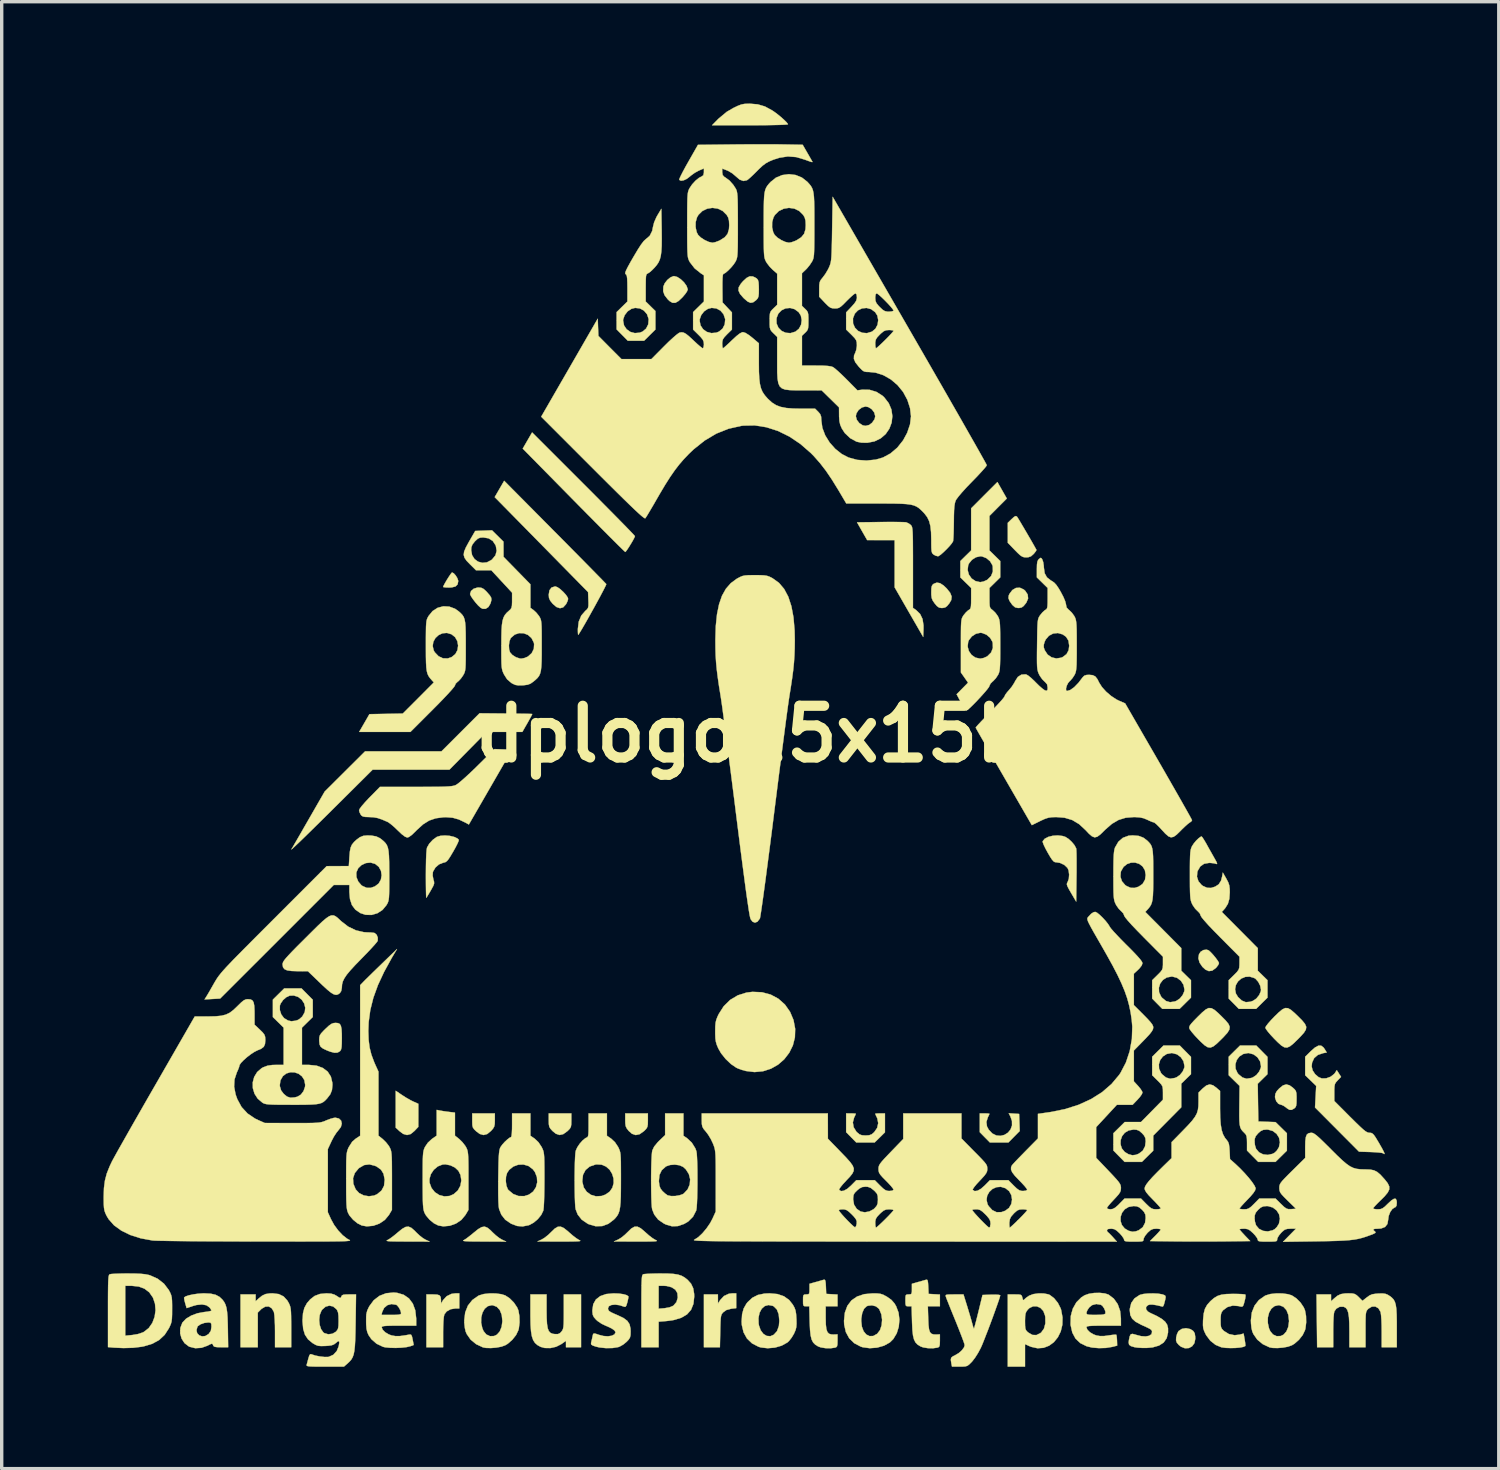
<source format=kicad_pcb>
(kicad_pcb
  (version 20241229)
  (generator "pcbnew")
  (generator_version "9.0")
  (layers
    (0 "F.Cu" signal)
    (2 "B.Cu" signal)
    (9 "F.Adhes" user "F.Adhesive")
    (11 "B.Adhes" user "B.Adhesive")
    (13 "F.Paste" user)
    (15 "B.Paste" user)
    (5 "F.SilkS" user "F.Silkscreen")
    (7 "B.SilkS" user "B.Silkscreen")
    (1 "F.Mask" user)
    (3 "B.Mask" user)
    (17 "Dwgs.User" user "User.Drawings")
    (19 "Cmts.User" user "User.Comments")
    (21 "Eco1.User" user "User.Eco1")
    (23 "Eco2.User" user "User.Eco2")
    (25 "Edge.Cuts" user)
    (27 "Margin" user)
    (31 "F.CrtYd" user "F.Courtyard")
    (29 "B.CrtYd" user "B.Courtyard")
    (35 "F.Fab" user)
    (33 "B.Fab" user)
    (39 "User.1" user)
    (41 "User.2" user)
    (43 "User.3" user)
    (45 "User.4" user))
  (footprint "dplogo15x15b"
    (layer "F.Cu")
    (at 19.055 18.579)
    (property "Reference" "dplogo15x15b" (at 0 0 0) (layer "F.SilkS") (effects (font (size 1.524 1.524) (thickness 0.3))))
    (attr through_hole)
    (fp_poly (pts (xy -10.259 10.636) (xy -10.139 10.713) (xy -10.013 10.785) (xy -9.926 10.828) (xy -9.779 10.893) (xy -9.779 11.233) (xy -9.78 11.573) (xy -9.892 11.692) (xy -10.004 11.784) (xy -10.112 11.813) (xy -10.224 11.781) (xy -10.328 11.704) (xy -10.446 11.596) (xy -10.446 10.509) (xy -10.259 10.636)) (stroke (width 0.01) (type solid)) (fill yes) (layer "F.SilkS"))
    (fp_poly (pts (xy -7.525 11.374) (xy -7.528 11.489) (xy -7.544 11.564) (xy -7.58 11.627) (xy -7.638 11.692) (xy -7.75 11.784) (xy -7.858 11.813) (xy -7.97 11.781) (xy -8.074 11.704) (xy -8.137 11.642) (xy -8.173 11.588) (xy -8.188 11.521) (xy -8.191 11.417) (xy -8.191 11.386) (xy -8.191 11.176) (xy -7.525 11.176) (xy -7.525 11.374)) (stroke (width 0.01) (type solid)) (fill yes) (layer "F.SilkS"))
    (fp_poly (pts (xy -3.016 11.384) (xy -3.018 11.498) (xy -3.031 11.572) (xy -3.062 11.627) (xy -3.119 11.687) (xy -3.135 11.701) (xy -3.259 11.789) (xy -3.374 11.814) (xy -3.485 11.776) (xy -3.58 11.692) (xy -3.638 11.619) (xy -3.669 11.553) (xy -3.681 11.468) (xy -3.683 11.376) (xy -3.683 11.176) (xy -3.016 11.176) (xy -3.016 11.384)) (stroke (width 0.01) (type solid)) (fill yes) (layer "F.SilkS"))
    (fp_poly (pts (xy -5.271 11.384) (xy -5.273 11.498) (xy -5.285 11.572) (xy -5.316 11.627) (xy -5.374 11.687) (xy -5.39 11.701) (xy -5.509 11.787) (xy -5.618 11.812) (xy -5.727 11.775) (xy -5.823 11.697) (xy -5.886 11.629) (xy -5.92 11.57) (xy -5.934 11.496) (xy -5.937 11.384) (xy -5.937 11.379) (xy -5.937 11.176) (xy -5.271 11.176) (xy -5.271 11.384)) (stroke (width 0.01) (type solid)) (fill yes) (layer "F.SilkS"))
    (fp_poly (pts (xy -8.736 -4.737) (xy -8.679 -4.674) (xy -8.63 -4.594) (xy -8.605 -4.519) (xy -8.604 -4.506) (xy -8.623 -4.41) (xy -8.684 -4.35) (xy -8.794 -4.322) (xy -8.876 -4.318) (xy -8.971 -4.321) (xy -9.034 -4.329) (xy -9.049 -4.336) (xy -9.033 -4.376) (xy -8.993 -4.45) (xy -8.94 -4.541) (xy -8.882 -4.633) (xy -8.83 -4.71) (xy -8.794 -4.756) (xy -8.785 -4.762) (xy -8.736 -4.737)) (stroke (width 0.01) (type solid)) (fill yes) (layer "F.SilkS"))
    (fp_poly (pts (xy 8.059 -4.259) (xy 8.099 -4.225) (xy 8.174 -4.114) (xy 8.187 -3.996) (xy 8.136 -3.875) (xy 8.121 -3.854) (xy 8.053 -3.772) (xy 7.997 -3.731) (xy 7.931 -3.717) (xy 7.89 -3.715) (xy 7.805 -3.734) (xy 7.727 -3.801) (xy 7.713 -3.818) (xy 7.639 -3.924) (xy 7.608 -4.006) (xy 7.616 -4.081) (xy 7.636 -4.128) (xy 7.723 -4.244) (xy 7.829 -4.306) (xy 7.945 -4.312) (xy 8.059 -4.259)) (stroke (width 0.01) (type solid)) (fill yes) (layer "F.SilkS"))
    (fp_poly (pts (xy 12.96 17.53) (xy 12.978 17.538) (xy 13.054 17.589) (xy 13.096 17.655) (xy 13.111 17.755) (xy 13.113 17.816) (xy 13.087 17.945) (xy 13.019 18.038) (xy 12.922 18.09) (xy 12.809 18.096) (xy 12.693 18.051) (xy 12.63 18.001) (xy 12.568 17.929) (xy 12.546 17.864) (xy 12.55 17.776) (xy 12.575 17.678) (xy 12.614 17.598) (xy 12.622 17.588) (xy 12.718 17.525) (xy 12.839 17.505) (xy 12.96 17.53)) (stroke (width 0.01) (type solid)) (fill yes) (layer "F.SilkS"))
    (fp_poly (pts (xy 13.51 6.374) (xy 13.569 6.428) (xy 13.642 6.507) (xy 13.715 6.596) (xy 13.774 6.677) (xy 13.808 6.736) (xy 13.811 6.749) (xy 13.79 6.802) (xy 13.737 6.872) (xy 13.718 6.892) (xy 13.614 6.969) (xy 13.513 6.984) (xy 13.41 6.938) (xy 13.323 6.858) (xy 13.238 6.732) (xy 13.204 6.605) (xy 13.222 6.488) (xy 13.271 6.413) (xy 13.354 6.363) (xy 13.447 6.352) (xy 13.51 6.374)) (stroke (width 0.01) (type solid)) (fill yes) (layer "F.SilkS"))
    (fp_poly (pts (xy -5.677 -4.326) (xy -5.593 -4.266) (xy -5.505 -4.185) (xy -5.427 -4.098) (xy -5.377 -4.021) (xy -5.366 -3.982) (xy -5.382 -3.921) (xy -5.421 -3.839) (xy -5.432 -3.822) (xy -5.512 -3.734) (xy -5.605 -3.709) (xy -5.709 -3.744) (xy -5.822 -3.841) (xy -5.822 -3.842) (xy -5.894 -3.932) (xy -5.929 -4.011) (xy -5.937 -4.107) (xy -5.916 -4.235) (xy -5.855 -4.317) (xy -5.756 -4.349) (xy -5.741 -4.35) (xy -5.677 -4.326)) (stroke (width 0.01) (type solid)) (fill yes) (layer "F.SilkS"))
    (fp_poly (pts (xy -7.746 14.543) (xy -7.654 14.617) (xy -7.6 14.672) (xy -7.501 14.765) (xy -7.396 14.847) (xy -7.318 14.894) (xy -7.191 14.953) (xy -7.858 14.951) (xy -8.083 14.95) (xy -8.251 14.948) (xy -8.365 14.943) (xy -8.433 14.937) (xy -8.46 14.928) (xy -8.45 14.916) (xy -8.445 14.914) (xy -8.385 14.877) (xy -8.294 14.81) (xy -8.188 14.726) (xy -8.15 14.694) (xy -8.017 14.587) (xy -7.914 14.527) (xy -7.828 14.512) (xy -7.746 14.543)) (stroke (width 0.01) (type solid)) (fill yes) (layer "F.SilkS"))
    (fp_poly (pts (xy -0.413 16.914) (xy -0.559 16.931) (xy -0.701 16.968) (xy -0.79 17.031) (xy -0.822 17.065) (xy -0.845 17.101) (xy -0.86 17.15) (xy -0.87 17.222) (xy -0.876 17.33) (xy -0.881 17.484) (xy -0.883 17.59) (xy -0.894 18.066) (xy -1.365 18.066) (xy -1.365 16.51) (xy -0.953 16.51) (xy -0.952 16.645) (xy -0.951 16.78) (xy -0.885 16.676) (xy -0.773 16.556) (xy -0.63 16.49) (xy -0.525 16.478) (xy -0.413 16.478) (xy -0.413 16.914)) (stroke (width 0.01) (type solid)) (fill yes) (layer "F.SilkS"))
    (fp_poly (pts (xy -9.984 14.549) (xy -9.888 14.633) (xy -9.851 14.672) (xy -9.753 14.766) (xy -9.649 14.848) (xy -9.573 14.894) (xy -9.446 14.953) (xy -10.112 14.951) (xy -10.333 14.95) (xy -10.497 14.948) (xy -10.61 14.945) (xy -10.679 14.939) (xy -10.71 14.931) (xy -10.71 14.92) (xy -10.684 14.906) (xy -10.684 14.906) (xy -10.615 14.865) (xy -10.518 14.794) (xy -10.412 14.707) (xy -10.388 14.686) (xy -10.258 14.58) (xy -10.156 14.522) (xy -10.069 14.512) (xy -9.984 14.549)) (stroke (width 0.01) (type solid)) (fill yes) (layer "F.SilkS"))
    (fp_poly (pts (xy -7.927 -4.311) (xy -7.863 -4.281) (xy -7.791 -4.218) (xy -7.751 -4.176) (xy -7.672 -4.085) (xy -7.632 -4.016) (xy -7.626 -3.951) (xy -7.648 -3.867) (xy -7.655 -3.846) (xy -7.714 -3.745) (xy -7.795 -3.692) (xy -7.886 -3.692) (xy -7.944 -3.723) (xy -8.016 -3.789) (xy -8.095 -3.879) (xy -8.169 -3.975) (xy -8.227 -4.061) (xy -8.254 -4.122) (xy -8.255 -4.129) (xy -8.226 -4.216) (xy -8.15 -4.282) (xy -8.041 -4.316) (xy -8.005 -4.318) (xy -7.927 -4.311)) (stroke (width 0.01) (type solid)) (fill yes) (layer "F.SilkS"))
    (fp_poly (pts (xy -5.489 14.557) (xy -5.37 14.651) (xy -5.331 14.687) (xy -5.227 14.777) (xy -5.126 14.854) (xy -5.048 14.903) (xy -5.038 14.908) (xy -5.01 14.923) (xy -5.007 14.933) (xy -5.034 14.941) (xy -5.099 14.946) (xy -5.208 14.949) (xy -5.367 14.951) (xy -5.583 14.951) (xy -5.604 14.951) (xy -6.271 14.95) (xy -6.144 14.892) (xy -6.055 14.838) (xy -5.95 14.754) (xy -5.865 14.672) (xy -5.76 14.57) (xy -5.671 14.517) (xy -5.585 14.513) (xy -5.489 14.557)) (stroke (width 0.01) (type solid)) (fill yes) (layer "F.SilkS"))
    (fp_poly (pts (xy -3.227 14.561) (xy -3.108 14.661) (xy -3.084 14.683) (xy -2.981 14.774) (xy -2.879 14.852) (xy -2.799 14.901) (xy -2.792 14.904) (xy -2.76 14.92) (xy -2.75 14.932) (xy -2.768 14.94) (xy -2.821 14.946) (xy -2.916 14.949) (xy -3.058 14.951) (xy -3.256 14.951) (xy -3.35 14.951) (xy -4.016 14.95) (xy -3.889 14.892) (xy -3.8 14.838) (xy -3.696 14.754) (xy -3.611 14.672) (xy -3.504 14.568) (xy -3.412 14.515) (xy -3.324 14.513) (xy -3.227 14.561)) (stroke (width 0.01) (type solid)) (fill yes) (layer "F.SilkS"))
    (fp_poly (pts (xy 5.592 -4.446) (xy 5.699 -4.376) (xy 5.793 -4.285) (xy 5.892 -4.16) (xy 5.934 -4.053) (xy 5.923 -3.951) (xy 5.867 -3.854) (xy 5.799 -3.772) (xy 5.743 -3.731) (xy 5.676 -3.717) (xy 5.634 -3.715) (xy 5.564 -3.727) (xy 5.5 -3.773) (xy 5.436 -3.848) (xy 5.378 -3.932) (xy 5.347 -4.007) (xy 5.335 -4.102) (xy 5.334 -4.18) (xy 5.337 -4.294) (xy 5.35 -4.362) (xy 5.377 -4.405) (xy 5.41 -4.43) (xy 5.498 -4.463) (xy 5.592 -4.446)) (stroke (width 0.01) (type solid)) (fill yes) (layer "F.SilkS"))
    (fp_poly (pts (xy -2.149 -13.468) (xy -2.046 -13.4) (xy -1.949 -13.307) (xy -1.876 -13.205) (xy -1.843 -13.11) (xy -1.842 -13.097) (xy -1.863 -13.043) (xy -1.918 -12.963) (xy -1.996 -12.872) (xy -2 -12.867) (xy -2.113 -12.76) (xy -2.206 -12.707) (xy -2.29 -12.707) (xy -2.376 -12.758) (xy -2.433 -12.813) (xy -2.525 -12.933) (xy -2.565 -13.048) (xy -2.56 -13.181) (xy -2.558 -13.19) (xy -2.518 -13.285) (xy -2.444 -13.379) (xy -2.353 -13.454) (xy -2.264 -13.492) (xy -2.243 -13.494) (xy -2.149 -13.468)) (stroke (width 0.01) (type solid)) (fill yes) (layer "F.SilkS"))
    (fp_poly (pts (xy 0.071 -13.485) (xy 0.137 -13.457) (xy 0.192 -13.423) (xy 0.227 -13.38) (xy 0.245 -13.313) (xy 0.252 -13.209) (xy 0.254 -13.106) (xy 0.252 -12.979) (xy 0.243 -12.898) (xy 0.223 -12.844) (xy 0.186 -12.799) (xy 0.167 -12.781) (xy 0.085 -12.721) (xy 0.008 -12.707) (xy -0.075 -12.743) (xy -0.177 -12.83) (xy -0.2 -12.852) (xy -0.301 -12.969) (xy -0.347 -13.069) (xy -0.339 -13.165) (xy -0.276 -13.27) (xy -0.21 -13.346) (xy -0.105 -13.442) (xy -0.016 -13.487) (xy 0.071 -13.485)) (stroke (width 0.01) (type solid)) (fill yes) (layer "F.SilkS"))
    (fp_poly (pts (xy -8.572 16.923) (xy -8.685 16.923) (xy -8.828 16.946) (xy -8.943 17.01) (xy -9.011 17.096) (xy -9.028 17.169) (xy -9.04 17.296) (xy -9.047 17.471) (xy -9.049 17.623) (xy -9.049 18.066) (xy -9.295 18.066) (xy -9.541 18.066) (xy -9.541 16.51) (xy -9.346 16.51) (xy -9.226 16.515) (xy -9.155 16.537) (xy -9.122 16.586) (xy -9.112 16.672) (xy -9.112 16.695) (xy -9.112 16.78) (xy -9.05 16.678) (xy -8.944 16.563) (xy -8.803 16.494) (xy -8.685 16.478) (xy -8.572 16.478) (xy -8.572 16.923)) (stroke (width 0.01) (type solid)) (fill yes) (layer "F.SilkS"))
    (fp_poly (pts (xy 0.221 -18.554) (xy 0.432 -18.492) (xy 0.642 -18.378) (xy 0.686 -18.35) (xy 0.794 -18.27) (xy 0.902 -18.183) (xy 0.998 -18.097) (xy 1.071 -18.025) (xy 1.109 -17.976) (xy 1.111 -17.966) (xy 1.081 -17.96) (xy 0.994 -17.954) (xy 0.858 -17.949) (xy 0.679 -17.945) (xy 0.466 -17.941) (xy 0.226 -17.939) (xy -0.007 -17.939) (xy -1.125 -17.939) (xy -0.936 -18.131) (xy -0.694 -18.333) (xy -0.496 -18.448) (xy -0.365 -18.511) (xy -0.265 -18.549) (xy -0.17 -18.568) (xy -0.058 -18.573) (xy -0.013 -18.574) (xy 0.221 -18.554)) (stroke (width 0.01) (type solid)) (fill yes) (layer "F.SilkS"))
    (fp_poly (pts (xy 7.855 -6.411) (xy 7.858 -6.408) (xy 7.883 -6.371) (xy 7.932 -6.291) (xy 8 -6.177) (xy 8.08 -6.041) (xy 8.166 -5.894) (xy 8.252 -5.746) (xy 8.331 -5.609) (xy 8.396 -5.493) (xy 8.433 -5.427) (xy 8.419 -5.394) (xy 8.374 -5.335) (xy 8.351 -5.308) (xy 8.272 -5.238) (xy 8.19 -5.21) (xy 8.132 -5.207) (xy 8.067 -5.211) (xy 8.012 -5.23) (xy 7.951 -5.271) (xy 7.872 -5.345) (xy 7.797 -5.421) (xy 7.589 -5.636) (xy 7.589 -5.93) (xy 7.588 -6.224) (xy 7.704 -6.337) (xy 7.777 -6.402) (xy 7.823 -6.424) (xy 7.855 -6.411)) (stroke (width 0.01) (type solid)) (fill yes) (layer "F.SilkS"))
    (fp_poly (pts (xy 15.891 10.349) (xy 15.985 10.417) (xy 16.043 10.471) (xy 16.076 10.519) (xy 16.092 10.581) (xy 16.097 10.676) (xy 16.097 10.749) (xy 16.095 10.873) (xy 16.085 10.95) (xy 16.064 10.997) (xy 16.028 11.031) (xy 16.027 11.031) (xy 15.953 11.072) (xy 15.889 11.071) (xy 15.814 11.025) (xy 15.786 11.001) (xy 15.712 10.95) (xy 15.649 10.923) (xy 15.64 10.922) (xy 15.562 10.893) (xy 15.5 10.82) (xy 15.465 10.719) (xy 15.462 10.68) (xy 15.474 10.596) (xy 15.515 10.52) (xy 15.586 10.442) (xy 15.695 10.353) (xy 15.792 10.322) (xy 15.891 10.349)) (stroke (width 0.01) (type solid)) (fill yes) (layer "F.SilkS"))
    (fp_poly (pts (xy -12.144 8.516) (xy -12.093 8.542) (xy -12.061 8.598) (xy -12.042 8.692) (xy -12.034 8.833) (xy -12.033 8.962) (xy -12.035 9.116) (xy -12.041 9.22) (xy -12.054 9.286) (xy -12.075 9.328) (xy -12.091 9.345) (xy -12.161 9.385) (xy -12.252 9.389) (xy -12.377 9.357) (xy -12.474 9.319) (xy -12.589 9.265) (xy -12.657 9.212) (xy -12.689 9.145) (xy -12.699 9.045) (xy -12.7 9.012) (xy -12.696 8.935) (xy -12.68 8.875) (xy -12.641 8.815) (xy -12.57 8.739) (xy -12.517 8.687) (xy -12.418 8.595) (xy -12.345 8.541) (xy -12.282 8.516) (xy -12.217 8.509) (xy -12.144 8.516)) (stroke (width 0.01) (type solid)) (fill yes) (layer "F.SilkS"))
    (fp_poly (pts (xy 15.843 8.076) (xy 15.931 8.125) (xy 16.039 8.218) (xy 16.133 8.308) (xy 16.263 8.439) (xy 16.345 8.54) (xy 16.382 8.626) (xy 16.371 8.708) (xy 16.313 8.801) (xy 16.208 8.917) (xy 16.135 8.991) (xy 16.004 9.118) (xy 15.902 9.2) (xy 15.817 9.237) (xy 15.736 9.228) (xy 15.645 9.173) (xy 15.534 9.072) (xy 15.436 8.973) (xy 15.334 8.864) (xy 15.25 8.765) (xy 15.195 8.69) (xy 15.177 8.65) (xy 15.198 8.606) (xy 15.256 8.529) (xy 15.343 8.43) (xy 15.44 8.328) (xy 15.575 8.197) (xy 15.678 8.112) (xy 15.763 8.072) (xy 15.843 8.076)) (stroke (width 0.01) (type solid)) (fill yes) (layer "F.SilkS"))
    (fp_poly (pts (xy 7.769 11.182) (xy 7.922 11.192) (xy 7.931 11.443) (xy 7.94 11.695) (xy 7.773 11.864) (xy 7.606 12.033) (xy 7.062 12.033) (xy 6.912 11.881) (xy 6.763 11.729) (xy 6.763 11.176) (xy 6.906 11.176) (xy 6.991 11.178) (xy 7.042 11.185) (xy 7.048 11.188) (xy 7.035 11.222) (xy 7.003 11.287) (xy 7.001 11.291) (xy 6.958 11.428) (xy 6.975 11.56) (xy 7.026 11.655) (xy 7.131 11.767) (xy 7.25 11.826) (xy 7.373 11.838) (xy 7.49 11.809) (xy 7.593 11.744) (xy 7.67 11.65) (xy 7.713 11.532) (xy 7.711 11.396) (xy 7.666 11.268) (xy 7.616 11.172) (xy 7.769 11.182)) (stroke (width 0.01) (type solid)) (fill yes) (layer "F.SilkS"))
    (fp_poly (pts (xy 13.587 8.076) (xy 13.674 8.123) (xy 13.781 8.214) (xy 13.878 8.308) (xy 14.008 8.439) (xy 14.091 8.54) (xy 14.127 8.626) (xy 14.116 8.708) (xy 14.059 8.801) (xy 13.954 8.917) (xy 13.881 8.991) (xy 13.748 9.12) (xy 13.645 9.202) (xy 13.559 9.237) (xy 13.478 9.226) (xy 13.386 9.168) (xy 13.273 9.064) (xy 13.203 8.993) (xy 13.101 8.885) (xy 13.016 8.786) (xy 12.958 8.709) (xy 12.938 8.673) (xy 12.935 8.635) (xy 12.951 8.59) (xy 12.995 8.53) (xy 13.072 8.445) (xy 13.183 8.332) (xy 13.318 8.2) (xy 13.422 8.114) (xy 13.507 8.072) (xy 13.587 8.076)) (stroke (width 0.01) (type solid)) (fill yes) (layer "F.SilkS"))
    (fp_poly (pts (xy -4.912 -7.373) (xy -4.655 -7.116) (xy -4.413 -6.872) (xy -4.187 -6.644) (xy -3.983 -6.438) (xy -3.803 -6.255) (xy -3.651 -6.1) (xy -3.532 -5.977) (xy -3.448 -5.889) (xy -3.404 -5.84) (xy -3.397 -5.832) (xy -3.413 -5.791) (xy -3.452 -5.715) (xy -3.507 -5.621) (xy -3.567 -5.523) (xy -3.623 -5.438) (xy -3.665 -5.381) (xy -3.681 -5.366) (xy -3.707 -5.388) (xy -3.773 -5.451) (xy -3.877 -5.553) (xy -4.014 -5.689) (xy -4.18 -5.855) (xy -4.372 -6.048) (xy -4.587 -6.265) (xy -4.82 -6.5) (xy -5.069 -6.752) (xy -5.204 -6.889) (xy -6.703 -8.411) (xy -6.565 -8.649) (xy -6.427 -8.888) (xy -4.912 -7.373)) (stroke (width 0.01) (type solid)) (fill yes) (layer "F.SilkS"))
    (fp_poly (pts (xy 4.392 -6.248) (xy 4.513 -6.245) (xy 4.585 -6.241) (xy 4.597 -6.239) (xy 4.675 -6.203) (xy 4.732 -6.159) (xy 4.748 -6.14) (xy 4.761 -6.116) (xy 4.771 -6.08) (xy 4.779 -6.025) (xy 4.785 -5.946) (xy 4.789 -5.835) (xy 4.792 -5.688) (xy 4.793 -5.497) (xy 4.794 -5.256) (xy 4.794 -4.959) (xy 4.794 -4.908) (xy 4.794 -3.719) (xy 4.89 -3.651) (xy 5.005 -3.538) (xy 5.076 -3.391) (xy 5.105 -3.203) (xy 5.105 -3.097) (xy 5.096 -2.862) (xy 4.675 -3.593) (xy 4.255 -4.323) (xy 4.255 -5.715) (xy 3.85 -5.715) (xy 3.445 -5.716) (xy 3.296 -5.977) (xy 3.147 -6.239) (xy 3.836 -6.248) (xy 4.043 -6.25) (xy 4.232 -6.25) (xy 4.392 -6.248)) (stroke (width 0.01) (type solid)) (fill yes) (layer "F.SilkS"))
    (fp_poly (pts (xy -13.891 16.5) (xy -13.75 16.569) (xy -13.639 16.69) (xy -13.597 16.763) (xy -13.571 16.818) (xy -13.553 16.873) (xy -13.54 16.939) (xy -13.532 17.028) (xy -13.528 17.15) (xy -13.526 17.316) (xy -13.525 17.485) (xy -13.525 18.066) (xy -14.002 18.066) (xy -14.002 17.594) (xy -14.004 17.416) (xy -14.011 17.254) (xy -14.02 17.124) (xy -14.033 17.038) (xy -14.037 17.022) (xy -14.099 16.917) (xy -14.187 16.865) (xy -14.29 16.87) (xy -14.397 16.933) (xy -14.417 16.952) (xy -14.51 17.045) (xy -14.51 18.066) (xy -15.018 18.066) (xy -15.018 16.51) (xy -14.573 16.51) (xy -14.573 16.712) (xy -14.486 16.631) (xy -14.382 16.547) (xy -14.28 16.499) (xy -14.155 16.48) (xy -14.072 16.478) (xy -13.891 16.5)) (stroke (width 0.01) (type solid)) (fill yes) (layer "F.SilkS"))
    (fp_poly (pts (xy 3.054 11.178) (xy 3.105 11.184) (xy 3.111 11.187) (xy 3.099 11.22) (xy 3.067 11.286) (xy 3.06 11.301) (xy 3.023 11.441) (xy 3.046 11.582) (xy 3.125 11.712) (xy 3.143 11.73) (xy 3.216 11.792) (xy 3.29 11.82) (xy 3.397 11.827) (xy 3.397 11.827) (xy 3.504 11.82) (xy 3.579 11.792) (xy 3.652 11.73) (xy 3.652 11.73) (xy 3.74 11.603) (xy 3.771 11.463) (xy 3.744 11.322) (xy 3.734 11.301) (xy 3.701 11.231) (xy 3.684 11.19) (xy 3.683 11.187) (xy 3.711 11.18) (xy 3.783 11.177) (xy 3.826 11.176) (xy 3.969 11.176) (xy 3.969 11.734) (xy 3.817 11.884) (xy 3.665 12.033) (xy 3.125 12.033) (xy 2.975 11.881) (xy 2.826 11.729) (xy 2.826 11.176) (xy 2.969 11.176) (xy 3.054 11.178)) (stroke (width 0.01) (type solid)) (fill yes) (layer "F.SilkS"))
    (fp_poly (pts (xy -6.001 16.978) (xy -5.998 17.207) (xy -5.988 17.38) (xy -5.968 17.505) (xy -5.935 17.59) (xy -5.887 17.642) (xy -5.821 17.67) (xy -5.758 17.678) (xy -5.665 17.678) (xy -5.604 17.65) (xy -5.56 17.603) (xy -5.534 17.566) (xy -5.516 17.523) (xy -5.504 17.464) (xy -5.497 17.377) (xy -5.494 17.251) (xy -5.493 17.076) (xy -5.493 17.014) (xy -5.493 16.51) (xy -4.985 16.51) (xy -4.985 18.066) (xy -5.429 18.066) (xy -5.429 17.877) (xy -5.572 17.977) (xy -5.72 18.052) (xy -5.888 18.09) (xy -6.054 18.088) (xy -6.175 18.055) (xy -6.269 18.003) (xy -6.342 17.939) (xy -6.396 17.855) (xy -6.434 17.743) (xy -6.459 17.593) (xy -6.472 17.4) (xy -6.477 17.152) (xy -6.477 17.083) (xy -6.477 16.51) (xy -6.001 16.51) (xy -6.001 16.978)) (stroke (width 0.01) (type solid)) (fill yes) (layer "F.SilkS"))
    (fp_poly (pts (xy 0.346 7.607) (xy 0.603 7.676) (xy 0.83 7.798) (xy 1.022 7.969) (xy 1.174 8.185) (xy 1.275 8.426) (xy 1.324 8.685) (xy 1.316 8.936) (xy 1.256 9.173) (xy 1.149 9.39) (xy 1.002 9.581) (xy 0.821 9.739) (xy 0.61 9.859) (xy 0.377 9.934) (xy 0.126 9.958) (xy -0.127 9.927) (xy -0.249 9.893) (xy -0.364 9.851) (xy -0.411 9.829) (xy -0.569 9.721) (xy -0.725 9.572) (xy -0.86 9.403) (xy -0.941 9.262) (xy -0.985 9.158) (xy -1.012 9.066) (xy -1.027 8.965) (xy -1.032 8.832) (xy -1.032 8.762) (xy -1.03 8.614) (xy -1.021 8.506) (xy -1.001 8.419) (xy -0.966 8.328) (xy -0.929 8.25) (xy -0.781 8.018) (xy -0.593 7.833) (xy -0.368 7.698) (xy -0.112 7.617) (xy 0.066 7.595) (xy 0.346 7.607)) (stroke (width 0.01) (type solid)) (fill yes) (layer "F.SilkS"))
    (fp_poly (pts (xy -7.203 -0.606) (xy -6.988 -0.604) (xy -6.796 -0.601) (xy -6.635 -0.599) (xy -6.514 -0.596) (xy -6.441 -0.593) (xy -6.423 -0.592) (xy -6.435 -0.563) (xy -6.472 -0.492) (xy -6.528 -0.391) (xy -6.566 -0.324) (xy -6.715 -0.064) (xy -7.241 -0.064) (xy -7.768 -0.064) (xy -8.316 0.492) (xy -8.864 1.048) (xy -11.126 1.048) (xy -12.347 2.262) (xy -12.575 2.488) (xy -12.787 2.697) (xy -12.98 2.887) (xy -13.149 3.052) (xy -13.291 3.189) (xy -13.403 3.295) (xy -13.479 3.366) (xy -13.517 3.398) (xy -13.52 3.397) (xy -13.492 3.35) (xy -13.437 3.255) (xy -13.359 3.121) (xy -13.263 2.955) (xy -13.154 2.764) (xy -13.035 2.557) (xy -13.005 2.505) (xy -12.538 1.693) (xy -11.942 1.1) (xy -11.347 0.508) (xy -9.097 0.508) (xy -7.975 -0.613) (xy -7.203 -0.606)) (stroke (width 0.01) (type solid)) (fill yes) (layer "F.SilkS"))
    (fp_poly (pts (xy -5.756 -5.957) (xy -5.501 -5.7) (xy -5.26 -5.456) (xy -5.035 -5.229) (xy -4.831 -5.022) (xy -4.651 -4.839) (xy -4.499 -4.684) (xy -4.378 -4.561) (xy -4.294 -4.474) (xy -4.248 -4.426) (xy -4.242 -4.418) (xy -4.253 -4.386) (xy -4.291 -4.308) (xy -4.351 -4.192) (xy -4.427 -4.048) (xy -4.516 -3.884) (xy -4.612 -3.709) (xy -4.711 -3.532) (xy -4.806 -3.362) (xy -4.894 -3.208) (xy -4.97 -3.078) (xy -5.029 -2.982) (xy -5.065 -2.928) (xy -5.068 -2.924) (xy -5.074 -2.945) (xy -5.078 -3.014) (xy -5.079 -3.098) (xy -5.053 -3.312) (xy -4.978 -3.492) (xy -4.861 -3.628) (xy -4.809 -3.674) (xy -4.78 -3.718) (xy -4.767 -3.776) (xy -4.766 -3.869) (xy -4.769 -3.949) (xy -4.778 -4.184) (xy -7.529 -6.982) (xy -7.389 -7.223) (xy -7.25 -7.463) (xy -5.756 -5.957)) (stroke (width 0.01) (type solid)) (fill yes) (layer "F.SilkS"))
    (fp_poly (pts (xy 9.204 3.003) (xy 9.28 3.027) (xy 9.375 3.086) (xy 9.472 3.175) (xy 9.554 3.274) (xy 9.602 3.365) (xy 9.605 3.374) (xy 9.609 3.425) (xy 9.613 3.53) (xy 9.615 3.678) (xy 9.615 3.86) (xy 9.615 4.066) (xy 9.613 4.191) (xy 9.604 4.937) (xy 9.455 4.683) (xy 9.385 4.562) (xy 9.345 4.482) (xy 9.329 4.43) (xy 9.334 4.391) (xy 9.352 4.359) (xy 9.387 4.263) (xy 9.396 4.14) (xy 9.381 4.02) (xy 9.348 3.944) (xy 9.253 3.854) (xy 9.126 3.795) (xy 9.023 3.778) (xy 8.978 3.773) (xy 8.938 3.751) (xy 8.894 3.702) (xy 8.838 3.617) (xy 8.764 3.491) (xy 8.697 3.368) (xy 8.646 3.261) (xy 8.619 3.186) (xy 8.616 3.158) (xy 8.675 3.085) (xy 8.78 3.03) (xy 8.914 2.996) (xy 9.061 2.986) (xy 9.204 3.003)) (stroke (width 0.01) (type solid)) (fill yes) (layer "F.SilkS"))
    (fp_poly (pts (xy -8.854 2.999) (xy -8.725 3.03) (xy -8.626 3.076) (xy -8.586 3.116) (xy -8.594 3.153) (xy -8.629 3.233) (xy -8.685 3.342) (xy -8.75 3.458) (xy -8.831 3.595) (xy -8.89 3.686) (xy -8.936 3.741) (xy -8.979 3.772) (xy -9.027 3.787) (xy -9.048 3.79) (xy -9.17 3.839) (xy -9.276 3.931) (xy -9.345 4.049) (xy -9.352 4.075) (xy -9.357 4.169) (xy -9.337 4.277) (xy -9.335 4.285) (xy -9.316 4.351) (xy -9.315 4.405) (xy -9.336 4.467) (xy -9.384 4.556) (xy -9.413 4.608) (xy -9.472 4.708) (xy -9.518 4.784) (xy -9.543 4.822) (xy -9.544 4.823) (xy -9.548 4.797) (xy -9.551 4.716) (xy -9.554 4.589) (xy -9.556 4.425) (xy -9.557 4.233) (xy -9.557 4.135) (xy -9.555 3.898) (xy -9.551 3.692) (xy -9.544 3.526) (xy -9.534 3.407) (xy -9.523 3.344) (xy -9.523 3.344) (xy -9.457 3.229) (xy -9.354 3.117) (xy -9.239 3.033) (xy -9.233 3.029) (xy -9.127 2.997) (xy -8.994 2.988) (xy -8.854 2.999)) (stroke (width 0.01) (type solid)) (fill yes) (layer "F.SilkS"))
    (fp_poly (pts (xy -2.43 15.895) (xy -2.26 15.905) (xy -2.128 15.926) (xy -2.023 15.96) (xy -1.933 16.011) (xy -1.85 16.076) (xy -1.744 16.193) (xy -1.681 16.327) (xy -1.653 16.495) (xy -1.651 16.578) (xy -1.674 16.789) (xy -1.744 16.962) (xy -1.862 17.097) (xy -2.031 17.197) (xy -2.252 17.264) (xy -2.467 17.294) (xy -2.699 17.313) (xy -2.699 18.066) (xy -3.207 18.066) (xy -3.207 17.001) (xy -3.207 16.931) (xy -2.699 16.931) (xy -2.523 16.916) (xy -2.381 16.891) (xy -2.273 16.846) (xy -2.261 16.837) (xy -2.174 16.736) (xy -2.135 16.605) (xy -2.147 16.47) (xy -2.207 16.37) (xy -2.316 16.299) (xy -2.464 16.261) (xy -2.548 16.256) (xy -2.699 16.256) (xy -2.699 16.931) (xy -3.207 16.931) (xy -3.207 16.712) (xy -3.206 16.48) (xy -3.204 16.298) (xy -3.201 16.161) (xy -3.196 16.062) (xy -3.19 15.994) (xy -3.181 15.952) (xy -3.169 15.928) (xy -3.155 15.917) (xy -3.152 15.915) (xy -3.101 15.908) (xy -3 15.901) (xy -2.863 15.896) (xy -2.701 15.893) (xy -2.652 15.893) (xy -2.43 15.895)) (stroke (width 0.01) (type solid)) (fill yes) (layer "F.SilkS"))
    (fp_poly (pts (xy 2.213 16.106) (xy 2.223 16.176) (xy 2.229 16.278) (xy 2.238 16.494) (xy 2.405 16.504) (xy 2.572 16.513) (xy 2.572 16.859) (xy 2.223 16.859) (xy 2.223 17.205) (xy 2.227 17.395) (xy 2.243 17.531) (xy 2.274 17.619) (xy 2.324 17.67) (xy 2.397 17.69) (xy 2.456 17.691) (xy 2.572 17.687) (xy 2.572 17.873) (xy 2.569 17.978) (xy 2.557 18.038) (xy 2.531 18.066) (xy 2.5 18.077) (xy 2.369 18.096) (xy 2.218 18.093) (xy 2.079 18.07) (xy 2.001 18.042) (xy 1.917 17.99) (xy 1.854 17.926) (xy 1.809 17.839) (xy 1.78 17.72) (xy 1.762 17.558) (xy 1.752 17.345) (xy 1.751 17.312) (xy 1.74 16.859) (xy 1.648 16.859) (xy 1.595 16.856) (xy 1.568 16.836) (xy 1.557 16.784) (xy 1.556 16.685) (xy 1.557 16.585) (xy 1.568 16.533) (xy 1.596 16.513) (xy 1.65 16.51) (xy 1.651 16.51) (xy 1.708 16.506) (xy 1.736 16.485) (xy 1.745 16.429) (xy 1.746 16.354) (xy 1.746 16.197) (xy 1.929 16.145) (xy 2.037 16.115) (xy 2.126 16.089) (xy 2.165 16.078) (xy 2.195 16.078) (xy 2.213 16.106)) (stroke (width 0.01) (type solid)) (fill yes) (layer "F.SilkS"))
    (fp_poly (pts (xy 5.229 16.106) (xy 5.239 16.176) (xy 5.245 16.278) (xy 5.255 16.494) (xy 5.421 16.504) (xy 5.588 16.513) (xy 5.588 16.859) (xy 5.233 16.859) (xy 5.244 17.223) (xy 5.252 17.408) (xy 5.268 17.538) (xy 5.296 17.622) (xy 5.34 17.669) (xy 5.404 17.689) (xy 5.475 17.691) (xy 5.588 17.687) (xy 5.588 17.873) (xy 5.585 17.978) (xy 5.574 18.038) (xy 5.547 18.066) (xy 5.517 18.077) (xy 5.385 18.096) (xy 5.235 18.093) (xy 5.095 18.07) (xy 5.018 18.042) (xy 4.933 17.99) (xy 4.87 17.926) (xy 4.826 17.839) (xy 4.796 17.72) (xy 4.778 17.558) (xy 4.768 17.344) (xy 4.767 17.312) (xy 4.755 16.859) (xy 4.664 16.859) (xy 4.611 16.856) (xy 4.584 16.836) (xy 4.574 16.783) (xy 4.572 16.685) (xy 4.574 16.585) (xy 4.584 16.533) (xy 4.612 16.513) (xy 4.666 16.51) (xy 4.667 16.51) (xy 4.724 16.506) (xy 4.752 16.485) (xy 4.762 16.429) (xy 4.763 16.354) (xy 4.763 16.197) (xy 4.945 16.145) (xy 5.053 16.115) (xy 5.142 16.089) (xy 5.182 16.078) (xy 5.211 16.078) (xy 5.229 16.106)) (stroke (width 0.01) (type solid)) (fill yes) (layer "F.SilkS"))
    (fp_poly (pts (xy 3.74 16.481) (xy 3.836 16.492) (xy 3.917 16.518) (xy 4.005 16.565) (xy 4.034 16.582) (xy 4.159 16.671) (xy 4.249 16.774) (xy 4.298 16.856) (xy 4.37 17.047) (xy 4.395 17.254) (xy 4.376 17.462) (xy 4.316 17.656) (xy 4.216 17.823) (xy 4.114 17.924) (xy 3.941 18.02) (xy 3.736 18.078) (xy 3.521 18.094) (xy 3.316 18.066) (xy 3.257 18.048) (xy 3.063 17.946) (xy 2.916 17.802) (xy 2.817 17.619) (xy 2.768 17.399) (xy 2.763 17.29) (xy 2.763 17.288) (xy 3.27 17.288) (xy 3.289 17.459) (xy 3.34 17.595) (xy 3.418 17.69) (xy 3.514 17.738) (xy 3.622 17.735) (xy 3.735 17.673) (xy 3.742 17.668) (xy 3.823 17.562) (xy 3.871 17.419) (xy 3.885 17.258) (xy 3.864 17.099) (xy 3.807 16.958) (xy 3.787 16.927) (xy 3.701 16.86) (xy 3.587 16.831) (xy 3.469 16.843) (xy 3.428 16.86) (xy 3.353 16.933) (xy 3.3 17.055) (xy 3.273 17.214) (xy 3.27 17.288) (xy 2.763 17.288) (xy 2.788 17.047) (xy 2.862 16.846) (xy 2.982 16.687) (xy 3.148 16.572) (xy 3.357 16.502) (xy 3.605 16.479) (xy 3.74 16.481)) (stroke (width 0.01) (type solid)) (fill yes) (layer "F.SilkS"))
    (fp_poly (pts (xy -7.019 0.46) (xy -8.291 2.664) (xy -8.392 2.608) (xy -8.587 2.515) (xy -8.768 2.464) (xy -8.959 2.449) (xy -9.043 2.451) (xy -9.266 2.481) (xy -9.46 2.547) (xy -9.638 2.658) (xy -9.818 2.821) (xy -9.836 2.839) (xy -9.961 2.962) (xy -10.054 3.031) (xy -10.105 3.048) (xy -10.172 3.022) (xy -10.271 2.947) (xy -10.383 2.84) (xy -10.486 2.741) (xy -10.585 2.657) (xy -10.662 2.6) (xy -10.684 2.588) (xy -10.849 2.517) (xy -10.98 2.473) (xy -11.1 2.451) (xy -11.226 2.445) (xy -11.341 2.441) (xy -11.411 2.428) (xy -11.455 2.4) (xy -11.476 2.374) (xy -11.514 2.298) (xy -11.525 2.243) (xy -11.504 2.198) (xy -11.444 2.118) (xy -11.354 2.014) (xy -11.242 1.893) (xy -11.218 1.869) (xy -10.91 1.556) (xy -9.854 1.556) (xy -9.56 1.555) (xy -9.324 1.554) (xy -9.137 1.552) (xy -8.992 1.548) (xy -8.883 1.542) (xy -8.802 1.534) (xy -8.743 1.524) (xy -8.698 1.511) (xy -8.677 1.502) (xy -8.616 1.463) (xy -8.519 1.384) (xy -8.393 1.273) (xy -8.245 1.136) (xy -8.082 0.98) (xy -8.047 0.945) (xy -7.537 0.442) (xy -7.019 0.46)) (stroke (width 0.01) (type solid)) (fill yes) (layer "F.SilkS"))
    (fp_poly (pts (xy -7.501 16.481) (xy -7.334 16.503) (xy -7.221 16.538) (xy -7.088 16.625) (xy -6.964 16.75) (xy -6.868 16.893) (xy -6.831 16.982) (xy -6.802 17.147) (xy -6.797 17.335) (xy -6.818 17.511) (xy -6.831 17.562) (xy -6.899 17.705) (xy -7.01 17.845) (xy -7.144 17.963) (xy -7.219 18.008) (xy -7.333 18.049) (xy -7.483 18.077) (xy -7.643 18.09) (xy -7.787 18.086) (xy -7.874 18.07) (xy -8.075 17.976) (xy -8.238 17.842) (xy -8.354 17.676) (xy -8.386 17.6) (xy -8.408 17.501) (xy -8.423 17.371) (xy -8.424 17.345) (xy -7.929 17.345) (xy -7.894 17.504) (xy -7.857 17.592) (xy -7.776 17.69) (xy -7.668 17.74) (xy -7.55 17.736) (xy -7.465 17.696) (xy -7.381 17.602) (xy -7.325 17.465) (xy -7.303 17.301) (xy -7.303 17.291) (xy -7.322 17.113) (xy -7.378 16.972) (xy -7.466 16.875) (xy -7.581 16.83) (xy -7.62 16.828) (xy -7.734 16.856) (xy -7.825 16.933) (xy -7.89 17.048) (xy -7.926 17.19) (xy -7.929 17.345) (xy -8.424 17.345) (xy -8.426 17.272) (xy -8.398 17.04) (xy -8.318 16.839) (xy -8.189 16.675) (xy -8.015 16.552) (xy -7.985 16.538) (xy -7.851 16.498) (xy -7.681 16.48) (xy -7.501 16.481)) (stroke (width 0.01) (type solid)) (fill yes) (layer "F.SilkS"))
    (fp_poly (pts (xy 0.802 16.499) (xy 0.994 16.565) (xy 1.148 16.676) (xy 1.254 16.81) (xy 1.304 16.9) (xy 1.334 16.984) (xy 1.351 17.086) (xy 1.36 17.228) (xy 1.361 17.231) (xy 1.364 17.371) (xy 1.357 17.471) (xy 1.337 17.555) (xy 1.298 17.646) (xy 1.287 17.67) (xy 1.221 17.781) (xy 1.143 17.88) (xy 1.094 17.926) (xy 0.926 18.019) (xy 0.726 18.077) (xy 0.514 18.095) (xy 0.313 18.072) (xy 0.246 18.052) (xy 0.053 17.952) (xy -0.096 17.809) (xy -0.197 17.626) (xy -0.248 17.41) (xy -0.254 17.307) (xy -0.246 17.195) (xy 0.243 17.195) (xy 0.247 17.367) (xy 0.256 17.422) (xy 0.307 17.566) (xy 0.386 17.672) (xy 0.484 17.732) (xy 0.592 17.741) (xy 0.692 17.699) (xy 0.789 17.592) (xy 0.844 17.44) (xy 0.857 17.288) (xy 0.839 17.096) (xy 0.785 16.954) (xy 0.695 16.863) (xy 0.662 16.846) (xy 0.538 16.822) (xy 0.429 16.852) (xy 0.339 16.93) (xy 0.276 17.047) (xy 0.243 17.195) (xy -0.246 17.195) (xy -0.24 17.096) (xy -0.194 16.926) (xy -0.111 16.78) (xy -0.075 16.736) (xy 0.063 16.608) (xy 0.224 16.526) (xy 0.42 16.485) (xy 0.568 16.478) (xy 0.802 16.499)) (stroke (width 0.01) (type solid)) (fill yes) (layer "F.SilkS"))
    (fp_poly (pts (xy 15.677 16.481) (xy 15.844 16.503) (xy 15.956 16.538) (xy 16.089 16.625) (xy 16.213 16.75) (xy 16.309 16.893) (xy 16.346 16.982) (xy 16.376 17.147) (xy 16.38 17.335) (xy 16.359 17.511) (xy 16.346 17.562) (xy 16.278 17.705) (xy 16.168 17.845) (xy 16.034 17.963) (xy 15.959 18.008) (xy 15.844 18.049) (xy 15.694 18.077) (xy 15.535 18.09) (xy 15.391 18.086) (xy 15.303 18.07) (xy 15.103 17.976) (xy 14.94 17.842) (xy 14.824 17.676) (xy 14.792 17.6) (xy 14.769 17.501) (xy 14.755 17.371) (xy 14.754 17.345) (xy 15.249 17.345) (xy 15.283 17.504) (xy 15.321 17.592) (xy 15.402 17.69) (xy 15.51 17.74) (xy 15.627 17.736) (xy 15.713 17.696) (xy 15.797 17.602) (xy 15.853 17.465) (xy 15.875 17.301) (xy 15.875 17.291) (xy 15.855 17.113) (xy 15.799 16.972) (xy 15.711 16.875) (xy 15.596 16.83) (xy 15.557 16.828) (xy 15.444 16.856) (xy 15.352 16.933) (xy 15.287 17.048) (xy 15.251 17.19) (xy 15.249 17.345) (xy 14.754 17.345) (xy 14.751 17.272) (xy 14.779 17.04) (xy 14.86 16.839) (xy 14.988 16.675) (xy 15.163 16.552) (xy 15.192 16.538) (xy 15.327 16.498) (xy 15.496 16.48) (xy 15.677 16.481)) (stroke (width 0.01) (type solid)) (fill yes) (layer "F.SilkS"))
    (fp_poly (pts (xy 14.37 16.496) (xy 14.486 16.501) (xy 14.564 16.508) (xy 14.589 16.515) (xy 14.594 16.555) (xy 14.583 16.634) (xy 14.574 16.673) (xy 14.545 16.785) (xy 14.521 16.847) (xy 14.492 16.871) (xy 14.444 16.867) (xy 14.383 16.852) (xy 14.217 16.839) (xy 14.062 16.881) (xy 13.936 16.972) (xy 13.894 17.026) (xy 13.871 17.087) (xy 13.861 17.176) (xy 13.859 17.277) (xy 13.861 17.396) (xy 13.871 17.472) (xy 13.897 17.525) (xy 13.943 17.575) (xy 13.961 17.59) (xy 14.104 17.678) (xy 14.27 17.712) (xy 14.419 17.695) (xy 14.537 17.663) (xy 14.568 17.841) (xy 14.583 17.939) (xy 14.59 18.008) (xy 14.588 18.029) (xy 14.532 18.055) (xy 14.429 18.075) (xy 14.297 18.087) (xy 14.152 18.09) (xy 14.012 18.085) (xy 13.893 18.069) (xy 13.879 18.066) (xy 13.709 17.995) (xy 13.556 17.874) (xy 13.435 17.713) (xy 13.42 17.685) (xy 13.374 17.588) (xy 13.348 17.507) (xy 13.339 17.417) (xy 13.341 17.294) (xy 13.343 17.256) (xy 13.361 17.073) (xy 13.398 16.934) (xy 13.462 16.818) (xy 13.559 16.708) (xy 13.663 16.618) (xy 13.765 16.556) (xy 13.882 16.518) (xy 14.03 16.499) (xy 14.224 16.494) (xy 14.229 16.494) (xy 14.37 16.496)) (stroke (width 0.01) (type solid)) (fill yes) (layer "F.SilkS"))
    (fp_poly (pts (xy 16.822 9.181) (xy 16.891 9.234) (xy 16.923 9.279) (xy 16.986 9.382) (xy 16.883 9.4) (xy 16.725 9.453) (xy 16.615 9.547) (xy 16.554 9.68) (xy 16.542 9.792) (xy 16.57 9.909) (xy 16.643 10.02) (xy 16.744 10.107) (xy 16.841 10.146) (xy 16.971 10.143) (xy 17.102 10.095) (xy 17.206 10.014) (xy 17.227 9.986) (xy 17.282 9.902) (xy 17.345 10.001) (xy 17.408 10.1) (xy 17.308 10.203) (xy 17.258 10.259) (xy 17.228 10.31) (xy 17.214 10.377) (xy 17.209 10.477) (xy 17.209 10.558) (xy 17.209 10.81) (xy 17.676 11.279) (xy 17.837 11.438) (xy 17.96 11.557) (xy 18.052 11.642) (xy 18.121 11.698) (xy 18.174 11.73) (xy 18.216 11.745) (xy 18.246 11.748) (xy 18.293 11.751) (xy 18.332 11.769) (xy 18.374 11.81) (xy 18.425 11.883) (xy 18.496 12) (xy 18.527 12.052) (xy 18.616 12.208) (xy 18.671 12.315) (xy 18.691 12.37) (xy 18.675 12.373) (xy 18.651 12.353) (xy 18.609 12.34) (xy 18.517 12.328) (xy 18.392 12.319) (xy 18.279 12.314) (xy 17.937 12.303) (xy 16.641 11.001) (xy 16.675 10.366) (xy 16.513 10.209) (xy 16.351 10.051) (xy 16.351 9.507) (xy 16.519 9.341) (xy 16.642 9.233) (xy 16.741 9.18) (xy 16.822 9.181)) (stroke (width 0.01) (type solid)) (fill yes) (layer "F.SilkS"))
    (fp_poly (pts (xy -12.277 5.342) (xy -12.22 5.367) (xy -12.159 5.413) (xy -12.09 5.478) (xy -12.054 5.512) (xy -11.846 5.673) (xy -11.617 5.783) (xy -11.381 5.837) (xy -11.289 5.842) (xy -11.182 5.846) (xy -11.096 5.855) (xy -11.065 5.862) (xy -11.007 5.914) (xy -10.974 5.998) (xy -10.976 6.087) (xy -10.979 6.096) (xy -11.008 6.137) (xy -11.075 6.215) (xy -11.172 6.322) (xy -11.294 6.451) (xy -11.432 6.593) (xy -11.466 6.628) (xy -11.647 6.814) (xy -11.786 6.966) (xy -11.889 7.09) (xy -11.959 7.195) (xy -12.004 7.288) (xy -12.027 7.377) (xy -12.033 7.47) (xy -12.033 7.473) (xy -12.052 7.571) (xy -12.091 7.631) (xy -12.146 7.67) (xy -12.202 7.684) (xy -12.267 7.669) (xy -12.349 7.621) (xy -12.455 7.536) (xy -12.593 7.41) (xy -12.671 7.335) (xy -13.033 6.987) (xy -13.336 6.986) (xy -13.517 6.98) (xy -13.643 6.962) (xy -13.723 6.926) (xy -13.766 6.871) (xy -13.779 6.791) (xy -13.78 6.784) (xy -13.775 6.75) (xy -13.76 6.712) (xy -13.729 6.663) (xy -13.678 6.599) (xy -13.601 6.514) (xy -13.495 6.402) (xy -13.354 6.258) (xy -13.173 6.078) (xy -13.103 6.008) (xy -12.897 5.803) (xy -12.731 5.639) (xy -12.598 5.514) (xy -12.492 5.425) (xy -12.407 5.368) (xy -12.338 5.342) (xy -12.277 5.342)) (stroke (width 0.01) (type solid)) (fill yes) (layer "F.SilkS"))
    (fp_poly (pts (xy 8.643 16.481) (xy 8.778 16.506) (xy 8.823 16.524) (xy 8.951 16.62) (xy 9.064 16.759) (xy 9.146 16.921) (xy 9.159 16.96) (xy 9.201 17.187) (xy 9.196 17.402) (xy 9.149 17.599) (xy 9.064 17.772) (xy 8.948 17.915) (xy 8.806 18.02) (xy 8.643 18.083) (xy 8.465 18.096) (xy 8.277 18.054) (xy 8.231 18.035) (xy 8.096 17.974) (xy 8.096 18.637) (xy 7.588 18.637) (xy 7.588 17.303) (xy 8.096 17.303) (xy 8.098 17.43) (xy 8.105 17.51) (xy 8.125 17.563) (xy 8.161 17.606) (xy 8.194 17.634) (xy 8.313 17.703) (xy 8.431 17.708) (xy 8.549 17.65) (xy 8.575 17.628) (xy 8.656 17.515) (xy 8.696 17.362) (xy 8.694 17.179) (xy 8.685 17.128) (xy 8.636 16.999) (xy 8.552 16.908) (xy 8.447 16.861) (xy 8.334 16.86) (xy 8.226 16.911) (xy 8.178 16.957) (xy 8.136 17.014) (xy 8.111 17.074) (xy 8.1 17.156) (xy 8.096 17.278) (xy 8.096 17.303) (xy 7.588 17.303) (xy 7.588 16.51) (xy 7.792 16.51) (xy 7.902 16.511) (xy 7.965 16.52) (xy 7.997 16.543) (xy 8.013 16.586) (xy 8.017 16.607) (xy 8.036 16.67) (xy 8.057 16.677) (xy 8.075 16.658) (xy 8.126 16.611) (xy 8.204 16.556) (xy 8.223 16.545) (xy 8.339 16.501) (xy 8.488 16.48) (xy 8.643 16.481)) (stroke (width 0.01) (type solid)) (fill yes) (layer "F.SilkS"))
    (fp_poly (pts (xy 6.394 16.867) (xy 6.442 17.026) (xy 6.488 17.179) (xy 6.524 17.306) (xy 6.543 17.376) (xy 6.566 17.461) (xy 6.586 17.51) (xy 6.593 17.516) (xy 6.604 17.483) (xy 6.627 17.398) (xy 6.66 17.274) (xy 6.699 17.119) (xy 6.725 17.015) (xy 6.844 16.526) (xy 7.105 16.517) (xy 7.225 16.516) (xy 7.315 16.521) (xy 7.363 16.532) (xy 7.366 16.536) (xy 7.355 16.583) (xy 7.325 16.678) (xy 7.278 16.813) (xy 7.22 16.976) (xy 7.154 17.159) (xy 7.083 17.351) (xy 7.011 17.542) (xy 6.941 17.721) (xy 6.879 17.88) (xy 6.827 18.008) (xy 6.79 18.09) (xy 6.715 18.23) (xy 6.629 18.367) (xy 6.547 18.475) (xy 6.529 18.495) (xy 6.456 18.569) (xy 6.399 18.612) (xy 6.336 18.631) (xy 6.245 18.637) (xy 6.169 18.637) (xy 5.945 18.637) (xy 5.925 18.538) (xy 5.91 18.438) (xy 5.92 18.378) (xy 5.966 18.337) (xy 6.034 18.303) (xy 6.144 18.238) (xy 6.238 18.154) (xy 6.301 18.067) (xy 6.318 18.005) (xy 6.307 17.96) (xy 6.274 17.866) (xy 6.224 17.732) (xy 6.16 17.567) (xy 6.086 17.381) (xy 6.052 17.297) (xy 5.973 17.104) (xy 5.901 16.927) (xy 5.841 16.776) (xy 5.795 16.661) (xy 5.769 16.591) (xy 5.764 16.578) (xy 5.757 16.545) (xy 5.768 16.525) (xy 5.81 16.515) (xy 5.894 16.511) (xy 6.013 16.51) (xy 6.283 16.51) (xy 6.394 16.867)) (stroke (width 0.01) (type solid)) (fill yes) (layer "F.SilkS"))
    (fp_poly (pts (xy -18.121 15.895) (xy -17.956 15.902) (xy -17.83 15.915) (xy -17.728 15.935) (xy -17.685 15.947) (xy -17.461 16.047) (xy -17.274 16.193) (xy -17.134 16.377) (xy -17.129 16.386) (xy -17.089 16.462) (xy -17.062 16.529) (xy -17.045 16.601) (xy -17.037 16.694) (xy -17.034 16.824) (xy -17.034 16.939) (xy -17.035 17.104) (xy -17.04 17.221) (xy -17.051 17.309) (xy -17.071 17.381) (xy -17.104 17.456) (xy -17.127 17.504) (xy -17.253 17.7) (xy -17.414 17.851) (xy -17.615 17.962) (xy -17.864 18.038) (xy -17.937 18.052) (xy -18.183 18.082) (xy -18.465 18.09) (xy -18.759 18.077) (xy -18.788 18.074) (xy -18.923 18.062) (xy -18.923 17.726) (xy -18.415 17.726) (xy -18.206 17.706) (xy -18.041 17.678) (xy -17.898 17.63) (xy -17.866 17.614) (xy -17.722 17.501) (xy -17.616 17.348) (xy -17.549 17.169) (xy -17.522 16.977) (xy -17.538 16.784) (xy -17.598 16.605) (xy -17.704 16.452) (xy -17.713 16.443) (xy -17.85 16.339) (xy -18.016 16.278) (xy -18.223 16.256) (xy -18.248 16.256) (xy -18.415 16.256) (xy -18.415 17.726) (xy -18.923 17.726) (xy -18.923 16.999) (xy -18.923 16.71) (xy -18.922 16.479) (xy -18.92 16.298) (xy -18.917 16.161) (xy -18.912 16.062) (xy -18.906 15.994) (xy -18.897 15.952) (xy -18.886 15.928) (xy -18.871 15.916) (xy -18.867 15.915) (xy -18.817 15.907) (xy -18.716 15.901) (xy -18.577 15.896) (xy -18.413 15.893) (xy -18.336 15.893) (xy -18.121 15.895)) (stroke (width 0.01) (type solid)) (fill yes) (layer "F.SilkS"))
    (fp_poly (pts (xy 12.019 16.487) (xy 12.135 16.507) (xy 12.155 16.513) (xy 12.206 16.532) (xy 12.233 16.554) (xy 12.239 16.593) (xy 12.227 16.664) (xy 12.196 16.781) (xy 12.193 16.796) (xy 12.17 16.853) (xy 12.15 16.869) (xy 11.978 16.828) (xy 11.854 16.809) (xy 11.769 16.81) (xy 11.719 16.826) (xy 11.663 16.881) (xy 11.663 16.948) (xy 11.714 17.013) (xy 11.776 17.05) (xy 11.977 17.145) (xy 12.124 17.23) (xy 12.224 17.313) (xy 12.284 17.402) (xy 12.31 17.504) (xy 12.31 17.626) (xy 12.31 17.632) (xy 12.27 17.798) (xy 12.182 17.926) (xy 12.044 18.016) (xy 11.856 18.07) (xy 11.687 18.086) (xy 11.549 18.086) (xy 11.417 18.078) (xy 11.321 18.064) (xy 11.319 18.063) (xy 11.216 18.032) (xy 11.163 17.992) (xy 11.15 17.929) (xy 11.158 17.854) (xy 11.181 17.743) (xy 11.212 17.685) (xy 11.262 17.672) (xy 11.345 17.693) (xy 11.365 17.7) (xy 11.516 17.739) (xy 11.649 17.748) (xy 11.754 17.729) (xy 11.821 17.683) (xy 11.839 17.613) (xy 11.837 17.602) (xy 11.83 17.574) (xy 11.812 17.55) (xy 11.773 17.523) (xy 11.703 17.487) (xy 11.591 17.436) (xy 11.518 17.403) (xy 11.358 17.318) (xy 11.254 17.226) (xy 11.198 17.117) (xy 11.183 16.979) (xy 11.185 16.93) (xy 11.226 16.763) (xy 11.321 16.628) (xy 11.467 16.53) (xy 11.485 16.522) (xy 11.582 16.497) (xy 11.719 16.483) (xy 11.872 16.48) (xy 12.019 16.487)) (stroke (width 0.01) (type solid)) (fill yes) (layer "F.SilkS"))
    (fp_poly (pts (xy -10.401 16.464) (xy -10.21 16.521) (xy -10.056 16.628) (xy -9.942 16.781) (xy -9.87 16.977) (xy -9.843 17.211) (xy -9.842 17.229) (xy -9.842 17.431) (xy -10.351 17.431) (xy -10.543 17.431) (xy -10.681 17.434) (xy -10.773 17.44) (xy -10.827 17.449) (xy -10.853 17.463) (xy -10.858 17.48) (xy -10.83 17.551) (xy -10.757 17.624) (xy -10.653 17.686) (xy -10.569 17.718) (xy -10.453 17.738) (xy -10.322 17.737) (xy -10.158 17.714) (xy -10.077 17.699) (xy -10.019 17.69) (xy -9.986 17.704) (xy -9.965 17.755) (xy -9.947 17.839) (xy -9.916 17.999) (xy -10.014 18.036) (xy -10.125 18.062) (xy -10.276 18.079) (xy -10.445 18.086) (xy -10.611 18.082) (xy -10.751 18.069) (xy -10.82 18.053) (xy -11.01 17.962) (xy -11.163 17.828) (xy -11.246 17.707) (xy -11.284 17.619) (xy -11.306 17.521) (xy -11.316 17.392) (xy -11.317 17.304) (xy -11.316 17.163) (xy -11.311 17.113) (xy -10.865 17.113) (xy -10.576 17.113) (xy -10.437 17.112) (xy -10.349 17.105) (xy -10.303 17.092) (xy -10.288 17.071) (xy -10.287 17.064) (xy -10.305 16.986) (xy -10.35 16.9) (xy -10.404 16.833) (xy -10.431 16.815) (xy -10.568 16.793) (xy -10.691 16.826) (xy -10.788 16.908) (xy -10.844 17.026) (xy -10.865 17.113) (xy -11.311 17.113) (xy -11.305 17.062) (xy -11.282 16.979) (xy -11.24 16.89) (xy -11.224 16.859) (xy -11.093 16.681) (xy -10.925 16.552) (xy -10.727 16.475) (xy -10.506 16.454) (xy -10.401 16.464)) (stroke (width 0.01) (type solid)) (fill yes) (layer "F.SilkS"))
    (fp_poly (pts (xy 10.451 16.481) (xy 10.557 16.516) (xy 10.713 16.635) (xy 10.828 16.798) (xy 10.899 16.999) (xy 10.921 17.216) (xy 10.922 17.431) (xy 10.414 17.431) (xy 10.221 17.431) (xy 10.084 17.434) (xy 9.992 17.44) (xy 9.937 17.449) (xy 9.912 17.463) (xy 9.906 17.48) (xy 9.934 17.551) (xy 10.008 17.624) (xy 10.111 17.686) (xy 10.196 17.718) (xy 10.306 17.737) (xy 10.428 17.736) (xy 10.553 17.719) (xy 10.664 17.703) (xy 10.747 17.695) (xy 10.785 17.697) (xy 10.786 17.697) (xy 10.795 17.734) (xy 10.803 17.813) (xy 10.806 17.864) (xy 10.811 18.018) (xy 10.668 18.055) (xy 10.481 18.086) (xy 10.273 18.092) (xy 10.071 18.075) (xy 9.913 18.037) (xy 9.724 17.944) (xy 9.583 17.81) (xy 9.489 17.633) (xy 9.44 17.413) (xy 9.438 17.382) (xy 9.445 17.146) (xy 9.47 17.052) (xy 9.906 17.052) (xy 9.912 17.082) (xy 9.937 17.1) (xy 9.993 17.109) (xy 10.094 17.113) (xy 10.177 17.113) (xy 10.319 17.11) (xy 10.409 17.101) (xy 10.455 17.082) (xy 10.465 17.068) (xy 10.462 17.005) (xy 10.429 16.923) (xy 10.379 16.85) (xy 10.333 16.815) (xy 10.196 16.792) (xy 10.072 16.825) (xy 9.988 16.893) (xy 9.935 16.971) (xy 9.907 17.04) (xy 9.906 17.052) (xy 9.47 17.052) (xy 9.504 16.93) (xy 9.609 16.743) (xy 9.756 16.596) (xy 9.854 16.535) (xy 9.979 16.491) (xy 10.135 16.467) (xy 10.3 16.464) (xy 10.451 16.481)) (stroke (width 0.01) (type solid)) (fill yes) (layer "F.SilkS"))
    (fp_poly (pts (xy -3.869 16.485) (xy -3.735 16.504) (xy -3.639 16.532) (xy -3.591 16.566) (xy -3.588 16.578) (xy -3.595 16.626) (xy -3.613 16.709) (xy -3.624 16.752) (xy -3.651 16.839) (xy -3.679 16.875) (xy -3.711 16.873) (xy -3.851 16.827) (xy -3.981 16.81) (xy -4.089 16.821) (xy -4.164 16.857) (xy -4.191 16.918) (xy -4.191 16.918) (xy -4.185 16.961) (xy -4.16 16.997) (xy -4.105 17.034) (xy -4.009 17.079) (xy -3.897 17.127) (xy -3.732 17.206) (xy -3.621 17.29) (xy -3.556 17.389) (xy -3.528 17.515) (xy -3.524 17.596) (xy -3.527 17.707) (xy -3.544 17.78) (xy -3.583 17.842) (xy -3.644 17.907) (xy -3.742 17.987) (xy -3.849 18.047) (xy -3.89 18.062) (xy -4.056 18.089) (xy -4.251 18.092) (xy -4.442 18.072) (xy -4.551 18.046) (xy -4.641 18.015) (xy -4.684 17.987) (xy -4.691 17.949) (xy -4.685 17.917) (xy -4.662 17.822) (xy -4.646 17.745) (xy -4.632 17.686) (xy -4.61 17.66) (xy -4.564 17.665) (xy -4.476 17.694) (xy -4.461 17.7) (xy -4.322 17.735) (xy -4.191 17.744) (xy -4.079 17.727) (xy -4.001 17.688) (xy -3.969 17.629) (xy -3.969 17.624) (xy -3.998 17.573) (xy -4.08 17.514) (xy -4.204 17.454) (xy -4.256 17.433) (xy -4.381 17.373) (xy -4.497 17.294) (xy -4.542 17.254) (xy -4.608 17.178) (xy -4.64 17.109) (xy -4.651 17.017) (xy -4.651 16.971) (xy -4.625 16.797) (xy -4.548 16.66) (xy -4.42 16.56) (xy -4.246 16.499) (xy -4.029 16.479) (xy -3.869 16.485)) (stroke (width 0.01) (type solid)) (fill yes) (layer "F.SilkS"))
    (fp_poly (pts (xy 17.735 16.481) (xy 17.809 16.497) (xy 17.869 16.533) (xy 17.929 16.589) (xy 18.039 16.699) (xy 18.166 16.598) (xy 18.247 16.54) (xy 18.326 16.506) (xy 18.428 16.49) (xy 18.504 16.484) (xy 18.629 16.481) (xy 18.714 16.492) (xy 18.784 16.52) (xy 18.828 16.548) (xy 18.899 16.6) (xy 18.953 16.656) (xy 18.992 16.725) (xy 19.019 16.816) (xy 19.037 16.937) (xy 19.046 17.099) (xy 19.05 17.31) (xy 19.05 17.455) (xy 19.05 18.066) (xy 18.605 18.066) (xy 18.605 17.594) (xy 18.603 17.416) (xy 18.597 17.254) (xy 18.587 17.124) (xy 18.575 17.038) (xy 18.57 17.022) (xy 18.508 16.918) (xy 18.418 16.866) (xy 18.316 16.869) (xy 18.214 16.93) (xy 18.207 16.937) (xy 18.178 16.968) (xy 18.158 17.001) (xy 18.144 17.047) (xy 18.135 17.115) (xy 18.131 17.217) (xy 18.129 17.363) (xy 18.129 17.54) (xy 18.129 18.066) (xy 17.653 18.066) (xy 17.653 17.588) (xy 17.65 17.356) (xy 17.64 17.179) (xy 17.62 17.05) (xy 17.59 16.961) (xy 17.547 16.906) (xy 17.489 16.875) (xy 17.478 16.872) (xy 17.367 16.874) (xy 17.269 16.929) (xy 17.212 17.007) (xy 17.198 17.07) (xy 17.187 17.187) (xy 17.18 17.347) (xy 17.177 17.54) (xy 17.177 17.575) (xy 17.177 18.066) (xy 16.703 18.066) (xy 16.694 17.288) (xy 16.685 16.51) (xy 16.899 16.51) (xy 17.113 16.51) (xy 17.113 16.712) (xy 17.201 16.631) (xy 17.302 16.548) (xy 17.402 16.501) (xy 17.523 16.481) (xy 17.622 16.478) (xy 17.735 16.481)) (stroke (width 0.01) (type solid)) (fill yes) (layer "F.SilkS"))
    (fp_poly (pts (xy -1.968 11.835) (xy -1.862 11.907) (xy -1.722 12.038) (xy -1.618 12.206) (xy -1.587 12.29) (xy -1.576 12.361) (xy -1.568 12.483) (xy -1.561 12.645) (xy -1.557 12.836) (xy -1.556 13.044) (xy -1.556 13.258) (xy -1.559 13.468) (xy -1.563 13.661) (xy -1.57 13.826) (xy -1.579 13.953) (xy -1.59 14.029) (xy -1.592 14.037) (xy -1.685 14.218) (xy -1.827 14.361) (xy -1.949 14.433) (xy -2.133 14.496) (xy -2.305 14.502) (xy -2.482 14.451) (xy -2.542 14.422) (xy -2.711 14.307) (xy -2.828 14.157) (xy -2.889 14.005) (xy -2.9 13.933) (xy -2.908 13.808) (xy -2.914 13.644) (xy -2.918 13.45) (xy -2.92 13.24) (xy -2.92 13.164) (xy -2.692 13.164) (xy -2.691 13.184) (xy -2.676 13.304) (xy -2.646 13.387) (xy -2.59 13.461) (xy -2.586 13.465) (xy -2.511 13.535) (xy -2.443 13.585) (xy -2.429 13.592) (xy -2.331 13.612) (xy -2.204 13.61) (xy -2.075 13.587) (xy -1.975 13.549) (xy -1.961 13.539) (xy -1.846 13.418) (xy -1.783 13.273) (xy -1.77 13.117) (xy -1.809 12.963) (xy -1.898 12.824) (xy -1.977 12.752) (xy -2.085 12.704) (xy -2.222 12.685) (xy -2.362 12.696) (xy -2.479 12.736) (xy -2.489 12.743) (xy -2.609 12.852) (xy -2.675 12.99) (xy -2.692 13.164) (xy -2.92 13.164) (xy -2.92 13.024) (xy -2.917 12.814) (xy -2.912 12.622) (xy -2.905 12.459) (xy -2.896 12.337) (xy -2.886 12.271) (xy -2.83 12.153) (xy -2.722 12.022) (xy -2.68 11.98) (xy -2.508 11.816) (xy -2.508 11.176) (xy -1.968 11.176) (xy -1.968 11.835)) (stroke (width 0.01) (type solid)) (fill yes) (layer "F.SilkS"))
    (fp_poly (pts (xy -9.138 11.093) (xy -9.045 11.109) (xy -8.926 11.126) (xy -8.868 11.133) (xy -8.7 11.153) (xy -8.7 11.832) (xy -8.572 11.934) (xy -8.479 12.026) (xy -8.396 12.133) (xy -8.374 12.17) (xy -8.353 12.212) (xy -8.336 12.255) (xy -8.324 12.307) (xy -8.315 12.375) (xy -8.309 12.469) (xy -8.305 12.597) (xy -8.303 12.766) (xy -8.303 12.985) (xy -8.303 13.16) (xy -8.303 14.018) (xy -8.391 14.168) (xy -8.511 14.313) (xy -8.67 14.421) (xy -8.853 14.487) (xy -9.044 14.504) (xy -9.192 14.478) (xy -9.319 14.414) (xy -9.446 14.31) (xy -9.55 14.188) (xy -9.592 14.115) (xy -9.61 14.07) (xy -9.624 14.017) (xy -9.634 13.949) (xy -9.642 13.857) (xy -9.647 13.733) (xy -9.649 13.568) (xy -9.651 13.355) (xy -9.651 13.147) (xy -9.651 13.11) (xy -9.452 13.11) (xy -9.449 13.218) (xy -9.391 13.375) (xy -9.291 13.499) (xy -9.161 13.583) (xy -9.013 13.621) (xy -8.86 13.609) (xy -8.739 13.557) (xy -8.616 13.448) (xy -8.539 13.307) (xy -8.512 13.15) (xy -8.536 12.99) (xy -8.599 12.866) (xy -8.699 12.772) (xy -8.835 12.706) (xy -8.981 12.677) (xy -9.064 12.682) (xy -9.205 12.737) (xy -9.324 12.837) (xy -9.41 12.966) (xy -9.452 13.11) (xy -9.651 13.11) (xy -9.651 12.892) (xy -9.65 12.693) (xy -9.648 12.541) (xy -9.643 12.426) (xy -9.636 12.342) (xy -9.625 12.279) (xy -9.611 12.229) (xy -9.592 12.184) (xy -9.584 12.166) (xy -9.497 12.038) (xy -9.379 11.929) (xy -9.377 11.928) (xy -9.239 11.831) (xy -9.239 11.073) (xy -9.138 11.093)) (stroke (width 0.01) (type solid)) (fill yes) (layer "F.SilkS"))
    (fp_poly (pts (xy -2.609 -14.858) (xy -2.607 -14.593) (xy -2.609 -14.382) (xy -2.619 -14.216) (xy -2.637 -14.085) (xy -2.665 -13.981) (xy -2.705 -13.894) (xy -2.759 -13.815) (xy -2.813 -13.751) (xy -2.896 -13.666) (xy -2.97 -13.602) (xy -3.018 -13.573) (xy -3.043 -13.56) (xy -3.061 -13.534) (xy -3.072 -13.484) (xy -3.077 -13.398) (xy -3.079 -13.268) (xy -3.08 -13.149) (xy -3.08 -12.745) (xy -2.937 -12.605) (xy -2.794 -12.465) (xy -2.794 -11.92) (xy -3.129 -11.589) (xy -3.606 -11.589) (xy -3.771 -11.756) (xy -3.937 -11.924) (xy -3.937 -12.182) (xy -3.746 -12.182) (xy -3.719 -12.041) (xy -3.643 -11.928) (xy -3.533 -11.85) (xy -3.4 -11.814) (xy -3.256 -11.827) (xy -3.174 -11.859) (xy -3.068 -11.947) (xy -3.005 -12.073) (xy -2.993 -12.219) (xy -2.994 -12.232) (xy -3.041 -12.371) (xy -3.132 -12.477) (xy -3.252 -12.542) (xy -3.39 -12.558) (xy -3.501 -12.53) (xy -3.613 -12.455) (xy -3.699 -12.344) (xy -3.744 -12.22) (xy -3.746 -12.182) (xy -3.937 -12.182) (xy -3.937 -12.433) (xy -3.778 -12.589) (xy -3.619 -12.745) (xy -3.619 -13.134) (xy -3.621 -13.303) (xy -3.626 -13.419) (xy -3.635 -13.492) (xy -3.651 -13.533) (xy -3.669 -13.55) (xy -3.683 -13.568) (xy -3.68 -13.604) (xy -3.657 -13.664) (xy -3.611 -13.757) (xy -3.538 -13.89) (xy -3.445 -14.052) (xy -3.319 -14.264) (xy -3.218 -14.421) (xy -3.139 -14.525) (xy -3.082 -14.578) (xy -3.081 -14.578) (xy -2.962 -14.68) (xy -2.889 -14.825) (xy -2.865 -14.945) (xy -2.832 -15.076) (xy -2.766 -15.227) (xy -2.734 -15.285) (xy -2.619 -15.477) (xy -2.609 -14.858)) (stroke (width 0.01) (type solid)) (fill yes) (layer "F.SilkS"))
    (fp_poly (pts (xy 12.82 9.343) (xy 12.986 9.511) (xy 12.986 10.02) (xy 12.843 10.16) (xy 12.7 10.3) (xy 12.7 10.996) (xy 11.874 11.83) (xy 11.874 12.274) (xy 11.539 12.605) (xy 11.031 12.605) (xy 10.865 12.437) (xy 10.7 12.269) (xy 10.7 12.091) (xy 10.911 12.091) (xy 10.95 12.211) (xy 11.034 12.313) (xy 11.145 12.379) (xy 11.258 12.409) (xy 11.363 12.397) (xy 11.45 12.362) (xy 11.565 12.275) (xy 11.633 12.147) (xy 11.652 12) (xy 11.642 11.903) (xy 11.603 11.826) (xy 11.544 11.76) (xy 11.463 11.69) (xy 11.386 11.659) (xy 11.295 11.652) (xy 11.149 11.678) (xy 11.035 11.747) (xy 10.956 11.846) (xy 10.914 11.965) (xy 10.911 12.091) (xy 10.7 12.091) (xy 10.7 11.761) (xy 10.867 11.596) (xy 11.035 11.43) (xy 11.513 11.43) (xy 11.837 11.101) (xy 12.16 10.772) (xy 12.16 10.568) (xy 12.158 10.46) (xy 12.147 10.387) (xy 12.114 10.327) (xy 12.052 10.258) (xy 12.002 10.208) (xy 11.843 10.051) (xy 11.843 9.729) (xy 12.04 9.729) (xy 12.046 9.861) (xy 12.104 9.987) (xy 12.134 10.024) (xy 12.25 10.119) (xy 12.371 10.155) (xy 12.51 10.132) (xy 12.557 10.114) (xy 12.658 10.046) (xy 12.741 9.944) (xy 12.789 9.832) (xy 12.795 9.784) (xy 12.766 9.641) (xy 12.688 9.521) (xy 12.574 9.436) (xy 12.435 9.399) (xy 12.414 9.398) (xy 12.272 9.425) (xy 12.159 9.498) (xy 12.079 9.603) (xy 12.04 9.729) (xy 11.843 9.729) (xy 11.843 9.507) (xy 12.01 9.341) (xy 12.178 9.176) (xy 12.655 9.176) (xy 12.82 9.343)) (stroke (width 0.01) (type solid)) (fill yes) (layer "F.SilkS"))
    (fp_poly (pts (xy -15.897 16.488) (xy -15.751 16.521) (xy -15.637 16.582) (xy -15.549 16.666) (xy -15.499 16.734) (xy -15.461 16.81) (xy -15.433 16.903) (xy -15.414 17.024) (xy -15.401 17.183) (xy -15.394 17.389) (xy -15.391 17.534) (xy -15.383 18.066) (xy -15.595 18.066) (xy -15.711 18.063) (xy -15.779 18.053) (xy -15.814 18.031) (xy -15.827 18.004) (xy -15.842 17.97) (xy -15.867 17.962) (xy -15.918 17.981) (xy -15.992 18.02) (xy -16.169 18.083) (xy -16.35 18.094) (xy -16.519 18.052) (xy -16.541 18.042) (xy -16.668 17.945) (xy -16.754 17.812) (xy -16.797 17.658) (xy -16.794 17.566) (xy -16.317 17.566) (xy -16.295 17.653) (xy -16.236 17.715) (xy -16.152 17.745) (xy -16.057 17.736) (xy -15.962 17.679) (xy -15.953 17.67) (xy -15.893 17.583) (xy -15.875 17.469) (xy -15.875 17.464) (xy -15.879 17.382) (xy -15.899 17.345) (xy -15.947 17.336) (xy -15.966 17.335) (xy -16.086 17.35) (xy -16.196 17.389) (xy -16.273 17.443) (xy -16.288 17.464) (xy -16.317 17.566) (xy -16.794 17.566) (xy -16.791 17.497) (xy -16.734 17.347) (xy -16.724 17.332) (xy -16.621 17.225) (xy -16.471 17.134) (xy -16.289 17.066) (xy -16.092 17.029) (xy -16.088 17.029) (xy -15.981 17.016) (xy -15.905 17) (xy -15.875 16.985) (xy -15.875 16.985) (xy -15.893 16.945) (xy -15.931 16.893) (xy -16.022 16.829) (xy -16.153 16.805) (xy -16.315 16.821) (xy -16.423 16.851) (xy -16.606 16.913) (xy -16.649 16.767) (xy -16.672 16.677) (xy -16.681 16.613) (xy -16.679 16.598) (xy -16.633 16.567) (xy -16.539 16.536) (xy -16.413 16.509) (xy -16.271 16.489) (xy -16.129 16.479) (xy -16.09 16.478) (xy -15.897 16.488)) (stroke (width 0.01) (type solid)) (fill yes) (layer "F.SilkS"))
    (fp_poly (pts (xy -4.223 11.834) (xy -4.097 11.921) (xy -3.985 12.026) (xy -3.893 12.164) (xy -3.89 12.17) (xy -3.866 12.221) (xy -3.847 12.269) (xy -3.832 12.323) (xy -3.822 12.39) (xy -3.816 12.481) (xy -3.812 12.604) (xy -3.811 12.768) (xy -3.81 12.981) (xy -3.81 13.123) (xy -3.811 13.401) (xy -3.814 13.624) (xy -3.822 13.8) (xy -3.835 13.936) (xy -3.854 14.042) (xy -3.882 14.125) (xy -3.92 14.193) (xy -3.969 14.255) (xy -4.016 14.304) (xy -4.182 14.43) (xy -4.363 14.496) (xy -4.556 14.5) (xy -4.756 14.442) (xy -4.796 14.422) (xy -4.965 14.307) (xy -5.083 14.157) (xy -5.143 14.005) (xy -5.154 13.933) (xy -5.162 13.81) (xy -5.168 13.645) (xy -5.172 13.453) (xy -5.174 13.243) (xy -5.174 13.16) (xy -4.948 13.16) (xy -4.946 13.197) (xy -4.905 13.359) (xy -4.817 13.487) (xy -4.694 13.576) (xy -4.546 13.619) (xy -4.384 13.61) (xy -4.269 13.57) (xy -4.141 13.481) (xy -4.061 13.364) (xy -4.024 13.23) (xy -4.028 13.091) (xy -4.069 12.957) (xy -4.142 12.837) (xy -4.246 12.744) (xy -4.376 12.687) (xy -4.528 12.678) (xy -4.565 12.684) (xy -4.731 12.742) (xy -4.853 12.844) (xy -4.927 12.985) (xy -4.948 13.16) (xy -5.174 13.16) (xy -5.174 13.027) (xy -5.171 12.818) (xy -5.167 12.627) (xy -5.16 12.464) (xy -5.151 12.343) (xy -5.141 12.277) (xy -5.097 12.178) (xy -5.025 12.07) (xy -4.939 11.973) (xy -4.857 11.906) (xy -4.824 11.89) (xy -4.797 11.876) (xy -4.779 11.846) (xy -4.769 11.79) (xy -4.764 11.694) (xy -4.763 11.549) (xy -4.763 11.523) (xy -4.763 11.176) (xy -4.223 11.176) (xy -4.223 11.834)) (stroke (width 0.01) (type solid)) (fill yes) (layer "F.SilkS"))
    (fp_poly (pts (xy -6.477 11.834) (xy -6.351 11.921) (xy -6.24 12.026) (xy -6.148 12.164) (xy -6.145 12.17) (xy -6.12 12.221) (xy -6.101 12.269) (xy -6.087 12.322) (xy -6.077 12.39) (xy -6.07 12.48) (xy -6.067 12.602) (xy -6.065 12.766) (xy -6.064 12.978) (xy -6.064 13.127) (xy -6.066 13.376) (xy -6.07 13.599) (xy -6.076 13.787) (xy -6.084 13.931) (xy -6.094 14.024) (xy -6.099 14.045) (xy -6.158 14.167) (xy -6.259 14.291) (xy -6.383 14.396) (xy -6.511 14.465) (xy -6.528 14.471) (xy -6.707 14.506) (xy -6.868 14.493) (xy -7.038 14.429) (xy -7.051 14.422) (xy -7.218 14.309) (xy -7.334 14.16) (xy -7.4 13.993) (xy -7.412 13.914) (xy -7.42 13.777) (xy -7.425 13.587) (xy -7.426 13.349) (xy -7.425 13.175) (xy -7.202 13.175) (xy -7.184 13.307) (xy -7.142 13.412) (xy -7.125 13.434) (xy -6.984 13.551) (xy -6.825 13.611) (xy -6.656 13.613) (xy -6.522 13.57) (xy -6.396 13.478) (xy -6.314 13.352) (xy -6.276 13.205) (xy -6.286 13.05) (xy -6.345 12.902) (xy -6.407 12.82) (xy -6.534 12.725) (xy -6.682 12.682) (xy -6.835 12.688) (xy -6.98 12.741) (xy -7.102 12.839) (xy -7.164 12.93) (xy -7.196 13.041) (xy -7.202 13.175) (xy -7.425 13.175) (xy -7.424 13.069) (xy -7.42 12.815) (xy -7.416 12.617) (xy -7.41 12.467) (xy -7.402 12.356) (xy -7.392 12.276) (xy -7.379 12.22) (xy -7.363 12.179) (xy -7.36 12.173) (xy -7.308 12.099) (xy -7.235 12.017) (xy -7.155 11.943) (xy -7.086 11.89) (xy -7.047 11.874) (xy -7.034 11.844) (xy -7.024 11.761) (xy -7.018 11.636) (xy -7.017 11.525) (xy -7.017 11.176) (xy -6.477 11.176) (xy -6.477 11.834)) (stroke (width 0.01) (type solid)) (fill yes) (layer "F.SilkS"))
    (fp_poly (pts (xy 15.074 9.343) (xy 15.24 9.511) (xy 15.24 10.02) (xy 14.953 10.302) (xy 14.961 10.858) (xy 14.97 11.414) (xy 15.478 11.433) (xy 15.645 11.597) (xy 15.812 11.761) (xy 15.812 12.274) (xy 15.476 12.605) (xy 14.968 12.605) (xy 14.802 12.437) (xy 14.637 12.269) (xy 14.637 12.046) (xy 14.636 12) (xy 14.859 12) (xy 14.87 12.109) (xy 14.899 12.207) (xy 14.905 12.221) (xy 14.99 12.322) (xy 15.111 12.383) (xy 15.249 12.399) (xy 15.388 12.368) (xy 15.452 12.334) (xy 15.517 12.27) (xy 15.573 12.18) (xy 15.579 12.167) (xy 15.607 12.027) (xy 15.581 11.893) (xy 15.508 11.778) (xy 15.398 11.695) (xy 15.258 11.654) (xy 15.219 11.652) (xy 15.117 11.661) (xy 15.042 11.695) (xy 14.967 11.76) (xy 14.896 11.843) (xy 14.865 11.923) (xy 14.859 12) (xy 14.636 12) (xy 14.634 11.924) (xy 14.623 11.846) (xy 14.598 11.792) (xy 14.554 11.745) (xy 14.503 11.694) (xy 14.465 11.644) (xy 14.438 11.584) (xy 14.421 11.506) (xy 14.412 11.398) (xy 14.409 11.251) (xy 14.41 11.054) (xy 14.411 10.954) (xy 14.418 10.366) (xy 14.258 10.209) (xy 14.097 10.051) (xy 14.097 9.729) (xy 14.294 9.729) (xy 14.3 9.861) (xy 14.358 9.987) (xy 14.388 10.024) (xy 14.504 10.119) (xy 14.626 10.155) (xy 14.764 10.132) (xy 14.812 10.114) (xy 14.913 10.046) (xy 14.995 9.944) (xy 15.044 9.832) (xy 15.049 9.784) (xy 15.021 9.641) (xy 14.943 9.521) (xy 14.828 9.436) (xy 14.689 9.399) (xy 14.668 9.398) (xy 14.527 9.425) (xy 14.413 9.498) (xy 14.334 9.603) (xy 14.294 9.729) (xy 14.097 9.729) (xy 14.097 9.507) (xy 14.265 9.341) (xy 14.432 9.176) (xy 14.909 9.176) (xy 15.074 9.343)) (stroke (width 0.01) (type solid)) (fill yes) (layer "F.SilkS"))
    (fp_poly (pts (xy -8.869 -3.756) (xy -8.698 -3.693) (xy -8.586 -3.613) (xy -8.525 -3.557) (xy -8.477 -3.505) (xy -8.441 -3.447) (xy -8.416 -3.374) (xy -8.399 -3.279) (xy -8.389 -3.153) (xy -8.384 -2.986) (xy -8.382 -2.77) (xy -8.382 -2.6) (xy -8.382 -2.365) (xy -8.383 -2.184) (xy -8.386 -2.049) (xy -8.391 -1.95) (xy -8.4 -1.879) (xy -8.413 -1.826) (xy -8.431 -1.782) (xy -8.455 -1.739) (xy -8.46 -1.73) (xy -8.525 -1.637) (xy -8.595 -1.562) (xy -8.619 -1.544) (xy -8.677 -1.488) (xy -8.7 -1.434) (xy -8.721 -1.397) (xy -8.783 -1.321) (xy -8.88 -1.213) (xy -9.006 -1.078) (xy -9.157 -0.921) (xy -9.326 -0.75) (xy -9.356 -0.72) (xy -10.012 -0.064) (xy -11.522 -0.064) (xy -11.371 -0.325) (xy -11.22 -0.587) (xy -10.729 -0.596) (xy -10.237 -0.605) (xy -9.779 -1.063) (xy -9.322 -1.522) (xy -9.388 -1.594) (xy -9.439 -1.654) (xy -9.479 -1.711) (xy -9.509 -1.776) (xy -9.53 -1.857) (xy -9.544 -1.963) (xy -9.552 -2.103) (xy -9.556 -2.286) (xy -9.557 -2.52) (xy -9.557 -2.596) (xy -9.357 -2.596) (xy -9.327 -2.468) (xy -9.297 -2.413) (xy -9.184 -2.294) (xy -9.052 -2.232) (xy -8.909 -2.23) (xy -8.794 -2.271) (xy -8.689 -2.357) (xy -8.626 -2.474) (xy -8.607 -2.607) (xy -8.63 -2.739) (xy -8.696 -2.856) (xy -8.8 -2.94) (xy -8.936 -2.981) (xy -9.067 -2.97) (xy -9.183 -2.916) (xy -9.276 -2.83) (xy -9.337 -2.72) (xy -9.357 -2.596) (xy -9.557 -2.596) (xy -9.557 -2.607) (xy -9.557 -2.842) (xy -9.555 -3.023) (xy -9.553 -3.158) (xy -9.547 -3.256) (xy -9.539 -3.328) (xy -9.526 -3.381) (xy -9.508 -3.424) (xy -9.484 -3.468) (xy -9.478 -3.479) (xy -9.359 -3.625) (xy -9.211 -3.72) (xy -9.043 -3.765) (xy -8.869 -3.756)) (stroke (width 0.01) (type solid)) (fill yes) (layer "F.SilkS"))
    (fp_poly (pts (xy -10.555 6.582) (xy -10.787 7.004) (xy -10.97 7.397) (xy -11.105 7.77) (xy -11.195 8.131) (xy -11.243 8.487) (xy -11.253 8.747) (xy -11.244 9.011) (xy -11.215 9.237) (xy -11.162 9.447) (xy -11.08 9.666) (xy -11.047 9.742) (xy -10.954 9.947) (xy -10.954 11.832) (xy -10.827 11.934) (xy -10.733 12.026) (xy -10.65 12.133) (xy -10.628 12.17) (xy -10.607 12.212) (xy -10.59 12.255) (xy -10.578 12.307) (xy -10.569 12.375) (xy -10.563 12.469) (xy -10.559 12.597) (xy -10.558 12.766) (xy -10.557 12.985) (xy -10.557 13.16) (xy -10.557 14.018) (xy -10.645 14.168) (xy -10.765 14.313) (xy -10.924 14.421) (xy -11.107 14.487) (xy -11.298 14.504) (xy -11.446 14.478) (xy -11.573 14.414) (xy -11.7 14.31) (xy -11.805 14.188) (xy -11.846 14.115) (xy -11.864 14.069) (xy -11.878 14.017) (xy -11.889 13.948) (xy -11.896 13.855) (xy -11.901 13.73) (xy -11.904 13.564) (xy -11.905 13.349) (xy -11.905 13.16) (xy -11.905 13.086) (xy -11.703 13.086) (xy -11.694 13.249) (xy -11.625 13.415) (xy -11.624 13.416) (xy -11.525 13.523) (xy -11.389 13.592) (xy -11.237 13.618) (xy -11.085 13.598) (xy -10.993 13.557) (xy -10.863 13.448) (xy -10.79 13.311) (xy -10.771 13.142) (xy -10.772 13.119) (xy -10.805 12.955) (xy -10.879 12.834) (xy -11.004 12.744) (xy -11.056 12.72) (xy -11.222 12.678) (xy -11.375 12.698) (xy -11.519 12.781) (xy -11.54 12.798) (xy -11.651 12.933) (xy -11.703 13.086) (xy -11.905 13.086) (xy -11.905 12.91) (xy -11.904 12.713) (xy -11.902 12.564) (xy -11.897 12.451) (xy -11.89 12.367) (xy -11.879 12.304) (xy -11.864 12.252) (xy -11.844 12.202) (xy -11.829 12.17) (xy -11.728 12.011) (xy -11.623 11.92) (xy -11.493 11.834) (xy -11.493 7.397) (xy -11.39 7.291) (xy -11.335 7.235) (xy -11.243 7.145) (xy -11.124 7.028) (xy -10.987 6.895) (xy -10.848 6.76) (xy -10.408 6.334) (xy -10.555 6.582)) (stroke (width 0.01) (type solid)) (fill yes) (layer "F.SilkS"))
    (fp_poly (pts (xy -11.158 2.991) (xy -11.021 3.015) (xy -10.912 3.067) (xy -10.866 3.101) (xy -10.798 3.158) (xy -10.745 3.213) (xy -10.705 3.275) (xy -10.676 3.352) (xy -10.657 3.452) (xy -10.645 3.585) (xy -10.639 3.759) (xy -10.637 3.983) (xy -10.636 4.156) (xy -10.636 4.392) (xy -10.637 4.574) (xy -10.64 4.71) (xy -10.645 4.809) (xy -10.654 4.881) (xy -10.667 4.935) (xy -10.684 4.979) (xy -10.708 5.022) (xy -10.716 5.037) (xy -10.834 5.18) (xy -10.984 5.278) (xy -11.155 5.328) (xy -11.332 5.325) (xy -11.487 5.274) (xy -11.635 5.172) (xy -11.736 5.037) (xy -11.793 4.863) (xy -11.811 4.652) (xy -11.811 4.445) (xy -12.271 4.445) (xy -13.945 6.119) (xy -15.619 7.792) (xy -15.848 7.805) (xy -16.078 7.818) (xy -16.03 7.743) (xy -15.995 7.685) (xy -15.937 7.587) (xy -15.866 7.462) (xy -15.802 7.35) (xy -15.766 7.288) (xy -15.731 7.23) (xy -15.693 7.172) (xy -15.649 7.112) (xy -15.595 7.044) (xy -15.528 6.966) (xy -15.445 6.874) (xy -15.341 6.764) (xy -15.214 6.631) (xy -15.059 6.474) (xy -14.874 6.287) (xy -14.655 6.067) (xy -14.399 5.81) (xy -14.101 5.512) (xy -14.051 5.462) (xy -12.669 4.08) (xy -11.607 4.08) (xy -11.603 4.214) (xy -11.549 4.346) (xy -11.457 4.453) (xy -11.424 4.476) (xy -11.301 4.53) (xy -11.182 4.531) (xy -11.06 4.488) (xy -10.95 4.405) (xy -10.883 4.29) (xy -10.86 4.16) (xy -10.88 4.028) (xy -10.945 3.911) (xy -11.054 3.823) (xy -11.055 3.823) (xy -11.188 3.786) (xy -11.325 3.8) (xy -11.451 3.857) (xy -11.55 3.951) (xy -11.605 4.073) (xy -11.607 4.08) (xy -12.669 4.08) (xy -12.479 3.891) (xy -12.153 3.89) (xy -11.827 3.889) (xy -11.81 3.619) (xy -11.796 3.459) (xy -11.774 3.344) (xy -11.736 3.258) (xy -11.675 3.182) (xy -11.605 3.116) (xy -11.503 3.04) (xy -11.401 2.998) (xy -11.278 2.986) (xy -11.158 2.991)) (stroke (width 0.01) (type solid)) (fill yes) (layer "F.SilkS"))
    (fp_poly (pts (xy 0.3 -4.682) (xy 0.411 -4.676) (xy 0.493 -4.663) (xy 0.562 -4.64) (xy 0.637 -4.603) (xy 0.661 -4.589) (xy 0.846 -4.456) (xy 0.999 -4.276) (xy 1.121 -4.047) (xy 1.212 -3.769) (xy 1.274 -3.439) (xy 1.307 -3.055) (xy 1.313 -2.762) (xy 1.31 -2.529) (xy 1.302 -2.315) (xy 1.288 -2.105) (xy 1.266 -1.886) (xy 1.234 -1.642) (xy 1.192 -1.361) (xy 1.154 -1.127) (xy 1.139 -1.026) (xy 1.116 -0.867) (xy 1.087 -0.656) (xy 1.052 -0.397) (xy 1.013 -0.097) (xy 0.969 0.24) (xy 0.921 0.608) (xy 0.87 1.003) (xy 0.817 1.418) (xy 0.763 1.849) (xy 0.707 2.29) (xy 0.699 2.355) (xy 0.645 2.786) (xy 0.592 3.2) (xy 0.541 3.593) (xy 0.493 3.96) (xy 0.449 4.297) (xy 0.408 4.598) (xy 0.372 4.861) (xy 0.341 5.079) (xy 0.316 5.25) (xy 0.297 5.368) (xy 0.286 5.428) (xy 0.283 5.435) (xy 0.214 5.526) (xy 0.14 5.556) (xy 0.067 5.527) (xy 0.012 5.453) (xy -0.001 5.413) (xy -0.018 5.329) (xy -0.04 5.202) (xy -0.066 5.028) (xy -0.099 4.805) (xy -0.137 4.531) (xy -0.18 4.205) (xy -0.23 3.824) (xy -0.287 3.386) (xy -0.35 2.888) (xy -0.416 2.366) (xy -0.471 1.925) (xy -0.526 1.494) (xy -0.579 1.078) (xy -0.63 0.681) (xy -0.678 0.31) (xy -0.722 -0.03) (xy -0.763 -0.335) (xy -0.798 -0.598) (xy -0.827 -0.815) (xy -0.851 -0.98) (xy -0.867 -1.088) (xy -0.868 -1.095) (xy -0.919 -1.408) (xy -0.957 -1.672) (xy -0.986 -1.902) (xy -1.006 -2.113) (xy -1.019 -2.317) (xy -1.025 -2.529) (xy -1.027 -2.764) (xy -1.027 -2.778) (xy -1.015 -3.182) (xy -0.979 -3.531) (xy -0.918 -3.827) (xy -0.832 -4.076) (xy -0.717 -4.281) (xy -0.573 -4.446) (xy -0.399 -4.575) (xy -0.381 -4.585) (xy -0.3 -4.628) (xy -0.231 -4.657) (xy -0.156 -4.673) (xy -0.059 -4.681) (xy 0.078 -4.683) (xy 0.143 -4.683) (xy 0.3 -4.682)) (stroke (width 0.01) (type solid)) (fill yes) (layer "F.SilkS"))
    (fp_poly (pts (xy -12.352 16.486) (xy -12.253 16.515) (xy -12.182 16.556) (xy -12.111 16.602) (xy -12.074 16.614) (xy -12.056 16.593) (xy -12.048 16.572) (xy -12.029 16.538) (xy -11.987 16.519) (xy -11.907 16.511) (xy -11.822 16.51) (xy -11.615 16.51) (xy -11.627 17.343) (xy -11.632 17.626) (xy -11.639 17.852) (xy -11.649 18.031) (xy -11.664 18.17) (xy -11.685 18.277) (xy -11.715 18.36) (xy -11.754 18.428) (xy -11.804 18.486) (xy -11.863 18.542) (xy -11.972 18.637) (xy -12.529 18.637) (xy -12.729 18.637) (xy -12.874 18.635) (xy -12.973 18.631) (xy -13.033 18.624) (xy -13.063 18.612) (xy -13.072 18.596) (xy -13.069 18.582) (xy -13.051 18.517) (xy -13.026 18.422) (xy -13.017 18.389) (xy -12.99 18.304) (xy -12.963 18.27) (xy -12.928 18.274) (xy -12.817 18.311) (xy -12.68 18.338) (xy -12.545 18.353) (xy -12.437 18.352) (xy -12.417 18.348) (xy -12.283 18.288) (xy -12.182 18.177) (xy -12.125 18.035) (xy -12.108 17.932) (xy -12.116 17.886) (xy -12.152 17.893) (xy -12.21 17.941) (xy -12.267 17.983) (xy -12.336 18.009) (xy -12.439 18.023) (xy -12.519 18.028) (xy -12.645 18.031) (xy -12.732 18.023) (xy -12.804 17.997) (xy -12.886 17.949) (xy -12.894 17.945) (xy -13.028 17.834) (xy -13.119 17.698) (xy -13.172 17.526) (xy -13.191 17.309) (xy -13.191 17.272) (xy -13.19 17.26) (xy -12.701 17.26) (xy -12.687 17.405) (xy -12.645 17.534) (xy -12.579 17.628) (xy -12.549 17.65) (xy -12.435 17.684) (xy -12.312 17.669) (xy -12.209 17.61) (xy -12.206 17.607) (xy -12.167 17.56) (xy -12.143 17.508) (xy -12.132 17.431) (xy -12.129 17.313) (xy -12.129 17.278) (xy -12.132 17.139) (xy -12.144 17.045) (xy -12.169 16.98) (xy -12.191 16.946) (xy -12.289 16.865) (xy -12.4 16.84) (xy -12.511 16.87) (xy -12.609 16.954) (xy -12.636 16.993) (xy -12.685 17.117) (xy -12.701 17.26) (xy -13.19 17.26) (xy -13.178 17.068) (xy -13.137 16.907) (xy -13.062 16.769) (xy -12.965 16.656) (xy -12.833 16.554) (xy -12.678 16.496) (xy -12.484 16.478) (xy -12.483 16.478) (xy -12.352 16.486)) (stroke (width 0.01) (type solid)) (fill yes) (layer "F.SilkS"))
    (fp_poly (pts (xy -13.056 7.661) (xy -12.89 7.828) (xy -12.89 8.337) (xy -13.049 8.493) (xy -13.208 8.649) (xy -13.208 9.747) (xy -13.001 9.747) (xy -12.776 9.77) (xy -12.592 9.838) (xy -12.45 9.946) (xy -12.356 10.093) (xy -12.313 10.274) (xy -12.31 10.335) (xy -12.324 10.487) (xy -12.373 10.612) (xy -12.468 10.736) (xy -12.474 10.742) (xy -12.525 10.796) (xy -12.575 10.838) (xy -12.632 10.869) (xy -12.703 10.891) (xy -12.798 10.906) (xy -12.924 10.915) (xy -13.091 10.92) (xy -13.307 10.922) (xy -13.5 10.922) (xy -13.744 10.921) (xy -13.933 10.92) (xy -14.076 10.917) (xy -14.18 10.911) (xy -14.254 10.903) (xy -14.307 10.891) (xy -14.347 10.875) (xy -14.37 10.862) (xy -14.511 10.743) (xy -14.606 10.596) (xy -14.655 10.432) (xy -14.656 10.36) (xy -13.864 10.36) (xy -13.822 10.5) (xy -13.745 10.602) (xy -13.648 10.681) (xy -13.548 10.714) (xy -13.425 10.705) (xy -13.344 10.685) (xy -13.242 10.625) (xy -13.163 10.522) (xy -13.118 10.395) (xy -13.113 10.335) (xy -13.138 10.194) (xy -13.208 10.084) (xy -13.308 10.008) (xy -13.426 9.967) (xy -13.551 9.964) (xy -13.67 10) (xy -13.771 10.079) (xy -13.841 10.201) (xy -13.843 10.208) (xy -13.864 10.36) (xy -14.656 10.36) (xy -14.658 10.263) (xy -14.615 10.101) (xy -14.527 9.957) (xy -14.394 9.842) (xy -14.343 9.815) (xy -14.224 9.771) (xy -14.083 9.75) (xy -13.976 9.747) (xy -13.748 9.747) (xy -13.748 8.649) (xy -13.906 8.493) (xy -14.065 8.337) (xy -14.065 8.131) (xy -13.86 8.131) (xy -13.818 8.261) (xy -13.741 8.363) (xy -13.722 8.378) (xy -13.618 8.439) (xy -13.521 8.461) (xy -13.406 8.447) (xy -13.344 8.43) (xy -13.278 8.393) (xy -13.205 8.328) (xy -13.194 8.314) (xy -13.125 8.191) (xy -13.111 8.062) (xy -13.143 7.936) (xy -13.214 7.827) (xy -13.317 7.746) (xy -13.446 7.703) (xy -13.571 7.707) (xy -13.669 7.752) (xy -13.765 7.836) (xy -13.836 7.939) (xy -13.859 8.001) (xy -13.86 8.131) (xy -14.065 8.131) (xy -14.065 7.824) (xy -13.898 7.659) (xy -13.73 7.493) (xy -13.222 7.493) (xy -13.056 7.661)) (stroke (width 0.01) (type solid)) (fill yes) (layer "F.SilkS"))
    (fp_poly (pts (xy 13.322 3.042) (xy 13.367 3.111) (xy 13.425 3.208) (xy 13.438 3.231) (xy 13.517 3.374) (xy 13.606 3.531) (xy 13.672 3.649) (xy 13.73 3.752) (xy 13.755 3.81) (xy 13.75 3.83) (xy 13.729 3.824) (xy 13.661 3.807) (xy 13.561 3.796) (xy 13.52 3.795) (xy 13.372 3.821) (xy 13.26 3.899) (xy 13.184 4.03) (xy 13.173 4.064) (xy 13.162 4.203) (xy 13.206 4.337) (xy 13.3 4.447) (xy 13.341 4.476) (xy 13.461 4.529) (xy 13.578 4.533) (xy 13.699 4.495) (xy 13.803 4.427) (xy 13.871 4.32) (xy 13.905 4.191) (xy 13.924 4.08) (xy 14.026 4.258) (xy 14.083 4.366) (xy 14.114 4.458) (xy 14.127 4.563) (xy 14.129 4.665) (xy 14.116 4.853) (xy 14.073 5.002) (xy 13.993 5.13) (xy 13.96 5.168) (xy 13.894 5.24) (xy 14.424 5.773) (xy 14.954 6.307) (xy 14.954 6.972) (xy 15.097 7.112) (xy 15.24 7.252) (xy 15.24 7.765) (xy 14.905 8.096) (xy 14.396 8.096) (xy 14.247 7.944) (xy 14.097 7.792) (xy 14.097 7.516) (xy 14.285 7.516) (xy 14.308 7.642) (xy 14.372 7.748) (xy 14.485 7.853) (xy 14.602 7.899) (xy 14.735 7.887) (xy 14.812 7.86) (xy 14.913 7.792) (xy 14.995 7.69) (xy 15.044 7.578) (xy 15.049 7.53) (xy 15.026 7.414) (xy 14.967 7.299) (xy 14.888 7.21) (xy 14.856 7.19) (xy 14.716 7.146) (xy 14.584 7.154) (xy 14.466 7.204) (xy 14.372 7.287) (xy 14.309 7.394) (xy 14.285 7.516) (xy 14.097 7.516) (xy 14.097 7.252) (xy 14.256 7.096) (xy 14.339 7.012) (xy 14.386 6.949) (xy 14.408 6.886) (xy 14.414 6.802) (xy 14.415 6.749) (xy 14.415 6.559) (xy 13.843 5.984) (xy 13.654 5.791) (xy 13.499 5.629) (xy 13.383 5.499) (xy 13.306 5.406) (xy 13.273 5.353) (xy 13.271 5.346) (xy 13.247 5.285) (xy 13.189 5.221) (xy 13.18 5.215) (xy 13.109 5.143) (xy 13.041 5.045) (xy 13.021 5.008) (xy 12.999 4.959) (xy 12.983 4.908) (xy 12.971 4.845) (xy 12.963 4.761) (xy 12.958 4.647) (xy 12.955 4.494) (xy 12.954 4.292) (xy 12.954 4.148) (xy 12.954 3.912) (xy 12.956 3.73) (xy 12.96 3.594) (xy 12.966 3.494) (xy 12.976 3.421) (xy 12.99 3.367) (xy 13.008 3.321) (xy 13.016 3.305) (xy 13.068 3.224) (xy 13.139 3.139) (xy 13.214 3.067) (xy 13.276 3.023) (xy 13.298 3.016) (xy 13.322 3.042)) (stroke (width 0.01) (type solid)) (fill yes) (layer "F.SilkS"))
    (fp_poly (pts (xy 11.444 3) (xy 11.584 3.053) (xy 11.695 3.137) (xy 11.749 3.191) (xy 11.791 3.242) (xy 11.823 3.3) (xy 11.845 3.373) (xy 11.86 3.469) (xy 11.869 3.598) (xy 11.873 3.768) (xy 11.874 3.987) (xy 11.874 4.143) (xy 11.874 4.398) (xy 11.871 4.598) (xy 11.865 4.752) (xy 11.853 4.87) (xy 11.835 4.958) (xy 11.809 5.028) (xy 11.774 5.087) (xy 11.728 5.144) (xy 11.706 5.168) (xy 11.64 5.24) (xy 12.17 5.773) (xy 12.7 6.307) (xy 12.7 6.972) (xy 12.843 7.112) (xy 12.986 7.252) (xy 12.986 7.765) (xy 12.65 8.096) (xy 12.142 8.096) (xy 11.992 7.944) (xy 11.843 7.792) (xy 11.843 7.474) (xy 12.04 7.474) (xy 12.046 7.606) (xy 12.104 7.732) (xy 12.134 7.769) (xy 12.25 7.865) (xy 12.371 7.9) (xy 12.51 7.878) (xy 12.557 7.86) (xy 12.658 7.792) (xy 12.741 7.69) (xy 12.789 7.578) (xy 12.795 7.53) (xy 12.766 7.387) (xy 12.688 7.267) (xy 12.574 7.181) (xy 12.435 7.144) (xy 12.414 7.144) (xy 12.272 7.171) (xy 12.159 7.244) (xy 12.079 7.349) (xy 12.04 7.474) (xy 11.843 7.474) (xy 11.843 7.252) (xy 12.002 7.096) (xy 12.085 7.012) (xy 12.132 6.949) (xy 12.154 6.886) (xy 12.16 6.802) (xy 12.16 6.749) (xy 12.16 6.559) (xy 11.589 5.984) (xy 11.4 5.791) (xy 11.245 5.629) (xy 11.128 5.499) (xy 11.052 5.406) (xy 11.019 5.353) (xy 11.017 5.346) (xy 10.993 5.285) (xy 10.934 5.221) (xy 10.926 5.215) (xy 10.855 5.143) (xy 10.787 5.045) (xy 10.767 5.008) (xy 10.745 4.959) (xy 10.728 4.907) (xy 10.716 4.843) (xy 10.708 4.758) (xy 10.703 4.642) (xy 10.701 4.487) (xy 10.7 4.281) (xy 10.7 4.203) (xy 10.907 4.203) (xy 10.952 4.337) (xy 11.046 4.447) (xy 11.087 4.476) (xy 11.209 4.53) (xy 11.328 4.532) (xy 11.44 4.497) (xy 11.559 4.416) (xy 11.631 4.294) (xy 11.652 4.152) (xy 11.627 4.008) (xy 11.559 3.898) (xy 11.461 3.824) (xy 11.344 3.787) (xy 11.22 3.788) (xy 11.102 3.829) (xy 11 3.911) (xy 10.927 4.036) (xy 10.918 4.064) (xy 10.907 4.203) (xy 10.7 4.203) (xy 10.7 4.164) (xy 10.701 3.919) (xy 10.704 3.729) (xy 10.709 3.586) (xy 10.718 3.48) (xy 10.73 3.404) (xy 10.746 3.348) (xy 10.749 3.341) (xy 10.847 3.172) (xy 10.979 3.057) (xy 11.144 2.995) (xy 11.268 2.985) (xy 11.444 3)) (stroke (width 0.01) (type solid)) (fill yes) (layer "F.SilkS"))
    (fp_poly (pts (xy -7.44 -5.837) (xy -7.271 -5.67) (xy -7.27 -5.446) (xy -7.269 -5.223) (xy -6.873 -4.818) (xy -6.477 -4.413) (xy -6.477 -3.719) (xy -6.384 -3.653) (xy -6.306 -3.581) (xy -6.231 -3.488) (xy -6.217 -3.468) (xy -6.194 -3.428) (xy -6.176 -3.388) (xy -6.163 -3.338) (xy -6.154 -3.27) (xy -6.148 -3.175) (xy -6.145 -3.044) (xy -6.144 -2.869) (xy -6.144 -2.64) (xy -6.144 -2.603) (xy -6.144 -2.347) (xy -6.147 -2.145) (xy -6.155 -1.989) (xy -6.169 -1.87) (xy -6.192 -1.78) (xy -6.225 -1.71) (xy -6.272 -1.65) (xy -6.333 -1.593) (xy -6.391 -1.545) (xy -6.475 -1.486) (xy -6.561 -1.454) (xy -6.677 -1.439) (xy -6.708 -1.437) (xy -6.832 -1.435) (xy -6.921 -1.449) (xy -7.004 -1.487) (xy -7.038 -1.507) (xy -7.163 -1.614) (xy -7.252 -1.753) (xy -7.279 -1.809) (xy -7.299 -1.86) (xy -7.314 -1.918) (xy -7.324 -1.99) (xy -7.33 -2.088) (xy -7.333 -2.22) (xy -7.334 -2.398) (xy -7.334 -2.602) (xy -7.333 -2.613) (xy -7.111 -2.613) (xy -7.104 -2.493) (xy -7.078 -2.409) (xy -7.009 -2.331) (xy -6.904 -2.265) (xy -6.79 -2.227) (xy -6.747 -2.223) (xy -6.655 -2.24) (xy -6.557 -2.281) (xy -6.547 -2.287) (xy -6.438 -2.386) (xy -6.376 -2.513) (xy -6.368 -2.653) (xy -6.378 -2.699) (xy -6.446 -2.831) (xy -6.55 -2.922) (xy -6.676 -2.971) (xy -6.81 -2.975) (xy -6.938 -2.932) (xy -7.047 -2.839) (xy -7.062 -2.819) (xy -7.096 -2.731) (xy -7.111 -2.613) (xy -7.333 -2.613) (xy -7.332 -2.86) (xy -7.327 -3.064) (xy -7.316 -3.222) (xy -7.297 -3.342) (xy -7.269 -3.435) (xy -7.23 -3.508) (xy -7.178 -3.571) (xy -7.117 -3.627) (xy -7.064 -3.675) (xy -7.035 -3.722) (xy -7.021 -3.787) (xy -7.017 -3.889) (xy -7.017 -3.938) (xy -7.017 -4.166) (xy -7.322 -4.496) (xy -7.628 -4.826) (xy -8.079 -4.826) (xy -8.262 -5.008) (xy -8.359 -5.109) (xy -8.419 -5.196) (xy -8.442 -5.28) (xy -8.43 -5.375) (xy -8.412 -5.418) (xy -8.223 -5.418) (xy -8.196 -5.272) (xy -8.124 -5.157) (xy -8.019 -5.08) (xy -7.893 -5.046) (xy -7.758 -5.06) (xy -7.628 -5.128) (xy -7.606 -5.146) (xy -7.507 -5.267) (xy -7.471 -5.4) (xy -7.496 -5.546) (xy -7.504 -5.565) (xy -7.587 -5.691) (xy -7.71 -5.768) (xy -7.867 -5.794) (xy -7.96 -5.787) (xy -8.029 -5.757) (xy -8.102 -5.689) (xy -8.115 -5.676) (xy -8.185 -5.587) (xy -8.217 -5.506) (xy -8.223 -5.418) (xy -8.412 -5.418) (xy -8.381 -5.494) (xy -8.297 -5.649) (xy -8.274 -5.689) (xy -8.103 -5.985) (xy -7.609 -6.004) (xy -7.44 -5.837)) (stroke (width 0.01) (type solid)) (fill yes) (layer "F.SilkS"))
    (fp_poly (pts (xy -14.724 7.818) (xy -14.668 7.847) (xy -14.632 7.907) (xy -14.613 8.008) (xy -14.606 8.158) (xy -14.605 8.236) (xy -14.605 8.562) (xy -14.446 8.712) (xy -14.361 8.796) (xy -14.314 8.859) (xy -14.293 8.921) (xy -14.288 9.002) (xy -14.287 9.013) (xy -14.297 9.131) (xy -14.332 9.211) (xy -14.407 9.27) (xy -14.526 9.321) (xy -14.614 9.366) (xy -14.72 9.436) (xy -14.829 9.52) (xy -14.928 9.608) (xy -15.005 9.688) (xy -15.046 9.749) (xy -15.05 9.765) (xy -15.062 9.814) (xy -15.095 9.898) (xy -15.129 9.974) (xy -15.196 10.178) (xy -15.207 10.39) (xy -15.163 10.618) (xy -15.113 10.758) (xy -14.987 10.989) (xy -14.812 11.179) (xy -14.588 11.33) (xy -14.498 11.373) (xy -14.303 11.459) (xy -13.487 11.461) (xy -13.238 11.461) (xy -13.043 11.46) (xy -12.894 11.458) (xy -12.782 11.453) (xy -12.699 11.446) (xy -12.634 11.434) (xy -12.58 11.419) (xy -12.527 11.398) (xy -12.491 11.382) (xy -12.379 11.339) (xy -12.276 11.31) (xy -12.222 11.303) (xy -12.119 11.327) (xy -12.055 11.389) (xy -12.035 11.477) (xy -12.061 11.576) (xy -12.132 11.67) (xy -12.193 11.745) (xy -12.265 11.856) (xy -12.331 11.981) (xy -12.338 11.996) (xy -12.446 12.228) (xy -12.446 14.088) (xy -12.353 14.293) (xy -12.26 14.463) (xy -12.141 14.625) (xy -12.009 14.765) (xy -11.879 14.867) (xy -11.828 14.895) (xy -11.807 14.905) (xy -11.795 14.914) (xy -11.794 14.921) (xy -11.809 14.928) (xy -11.842 14.933) (xy -11.899 14.938) (xy -11.982 14.942) (xy -12.095 14.945) (xy -12.243 14.947) (xy -12.427 14.949) (xy -12.653 14.95) (xy -12.924 14.95) (xy -13.243 14.951) (xy -13.614 14.95) (xy -14.042 14.95) (xy -14.529 14.95) (xy -14.557 14.95) (xy -14.983 14.949) (xy -15.393 14.947) (xy -15.784 14.946) (xy -16.15 14.944) (xy -16.487 14.941) (xy -16.79 14.938) (xy -17.053 14.935) (xy -17.272 14.931) (xy -17.442 14.928) (xy -17.557 14.924) (xy -17.613 14.92) (xy -17.96 14.856) (xy -18.267 14.758) (xy -18.529 14.63) (xy -18.744 14.474) (xy -18.905 14.292) (xy -18.968 14.186) (xy -19.003 14.11) (xy -19.027 14.039) (xy -19.041 13.958) (xy -19.048 13.85) (xy -19.05 13.7) (xy -19.05 13.634) (xy -19.042 13.375) (xy -19.013 13.154) (xy -18.959 12.947) (xy -18.872 12.73) (xy -18.805 12.589) (xy -18.771 12.525) (xy -18.708 12.411) (xy -18.62 12.252) (xy -18.507 12.053) (xy -18.374 11.818) (xy -18.224 11.553) (xy -18.058 11.263) (xy -17.881 10.953) (xy -17.694 10.627) (xy -17.531 10.344) (xy -16.367 8.321) (xy -15.965 8.32) (xy -15.751 8.315) (xy -15.585 8.299) (xy -15.452 8.266) (xy -15.338 8.212) (xy -15.228 8.129) (xy -15.107 8.014) (xy -15.098 8.004) (xy -14.996 7.905) (xy -14.921 7.845) (xy -14.859 7.817) (xy -14.807 7.811) (xy -14.724 7.818)) (stroke (width 0.01) (type solid)) (fill yes) (layer "F.SilkS"))
    (fp_poly (pts (xy 7.559 -6.941) (xy 7.304 -6.685) (xy 7.048 -6.428) (xy 7.048 -5.411) (xy 7.207 -5.255) (xy 7.366 -5.098) (xy 7.366 -4.617) (xy 7.207 -4.461) (xy 7.048 -4.305) (xy 7.048 -4.012) (xy 7.049 -3.874) (xy 7.054 -3.784) (xy 7.067 -3.729) (xy 7.093 -3.692) (xy 7.134 -3.658) (xy 7.144 -3.651) (xy 7.222 -3.576) (xy 7.292 -3.48) (xy 7.303 -3.459) (xy 7.324 -3.415) (xy 7.339 -3.365) (xy 7.35 -3.301) (xy 7.358 -3.214) (xy 7.362 -3.095) (xy 7.365 -2.934) (xy 7.366 -2.723) (xy 7.366 -2.603) (xy 7.366 -2.366) (xy 7.364 -2.183) (xy 7.36 -2.046) (xy 7.354 -1.945) (xy 7.345 -1.871) (xy 7.332 -1.815) (xy 7.314 -1.769) (xy 7.302 -1.746) (xy 7.238 -1.648) (xy 7.16 -1.564) (xy 7.143 -1.551) (xy 7.081 -1.488) (xy 7.049 -1.427) (xy 7.048 -1.418) (xy 7.027 -1.378) (xy 6.971 -1.304) (xy 6.888 -1.207) (xy 6.788 -1.096) (xy 6.682 -0.982) (xy 6.578 -0.875) (xy 6.486 -0.785) (xy 6.415 -0.723) (xy 6.376 -0.699) (xy 6.375 -0.699) (xy 6.343 -0.723) (xy 6.297 -0.784) (xy 6.286 -0.802) (xy 6.231 -0.897) (xy 6.169 -1.008) (xy 6.152 -1.039) (xy 6.081 -1.173) (xy 6.25 -1.344) (xy 6.418 -1.515) (xy 6.313 -1.665) (xy 6.207 -1.815) (xy 6.207 -2.579) (xy 6.405 -2.579) (xy 6.442 -2.445) (xy 6.521 -2.332) (xy 6.635 -2.253) (xy 6.773 -2.223) (xy 6.779 -2.223) (xy 6.873 -2.241) (xy 6.973 -2.285) (xy 6.988 -2.295) (xy 7.096 -2.402) (xy 7.149 -2.536) (xy 7.145 -2.685) (xy 7.135 -2.721) (xy 7.067 -2.838) (xy 6.959 -2.929) (xy 6.832 -2.979) (xy 6.779 -2.985) (xy 6.649 -2.956) (xy 6.531 -2.88) (xy 6.444 -2.771) (xy 6.422 -2.721) (xy 6.405 -2.579) (xy 6.207 -2.579) (xy 6.207 -2.6) (xy 6.207 -2.844) (xy 6.208 -3.032) (xy 6.21 -3.173) (xy 6.215 -3.277) (xy 6.223 -3.351) (xy 6.234 -3.403) (xy 6.25 -3.443) (xy 6.271 -3.478) (xy 6.286 -3.502) (xy 6.353 -3.583) (xy 6.42 -3.645) (xy 6.437 -3.655) (xy 6.47 -3.678) (xy 6.491 -3.71) (xy 6.503 -3.767) (xy 6.508 -3.861) (xy 6.509 -3.999) (xy 6.509 -4.305) (xy 6.35 -4.461) (xy 6.191 -4.617) (xy 6.191 -4.834) (xy 6.405 -4.834) (xy 6.442 -4.699) (xy 6.521 -4.586) (xy 6.635 -4.508) (xy 6.773 -4.477) (xy 6.779 -4.477) (xy 6.873 -4.495) (xy 6.973 -4.54) (xy 6.988 -4.549) (xy 7.096 -4.656) (xy 7.149 -4.791) (xy 7.145 -4.939) (xy 7.135 -4.976) (xy 7.067 -5.092) (xy 6.959 -5.184) (xy 6.832 -5.234) (xy 6.779 -5.239) (xy 6.649 -5.21) (xy 6.531 -5.134) (xy 6.444 -5.026) (xy 6.422 -4.976) (xy 6.405 -4.834) (xy 6.191 -4.834) (xy 6.191 -5.098) (xy 6.35 -5.255) (xy 6.509 -5.411) (xy 6.509 -6.651) (xy 6.896 -7.039) (xy 7.283 -7.426) (xy 7.559 -6.941)) (stroke (width 0.01) (type solid)) (fill yes) (layer "F.SilkS"))
    (fp_poly (pts (xy 1.336 -16.473) (xy 1.521 -16.398) (xy 1.681 -16.273) (xy 1.687 -16.267) (xy 1.742 -16.206) (xy 1.786 -16.151) (xy 1.82 -16.093) (xy 1.846 -16.025) (xy 1.864 -15.939) (xy 1.877 -15.828) (xy 1.884 -15.683) (xy 1.888 -15.497) (xy 1.889 -15.262) (xy 1.889 -15.002) (xy 1.889 -14.73) (xy 1.888 -14.514) (xy 1.886 -14.346) (xy 1.882 -14.219) (xy 1.877 -14.125) (xy 1.868 -14.056) (xy 1.857 -14.005) (xy 1.842 -13.965) (xy 1.822 -13.926) (xy 1.82 -13.922) (xy 1.752 -13.819) (xy 1.666 -13.714) (xy 1.638 -13.686) (xy 1.524 -13.577) (xy 1.524 -12.617) (xy 1.619 -12.525) (xy 1.667 -12.476) (xy 1.695 -12.428) (xy 1.709 -12.364) (xy 1.714 -12.265) (xy 1.714 -12.176) (xy 1.713 -12.046) (xy 1.705 -11.962) (xy 1.687 -11.906) (xy 1.652 -11.86) (xy 1.619 -11.827) (xy 1.524 -11.736) (xy 1.524 -10.858) (xy 1.938 -10.858) (xy 2.139 -10.856) (xy 2.285 -10.847) (xy 2.384 -10.832) (xy 2.438 -10.813) (xy 2.492 -10.774) (xy 2.578 -10.7) (xy 2.687 -10.599) (xy 2.807 -10.482) (xy 2.841 -10.448) (xy 3.158 -10.128) (xy 3.305 -10.148) (xy 3.515 -10.144) (xy 3.717 -10.083) (xy 3.898 -9.968) (xy 3.947 -9.922) (xy 4.081 -9.749) (xy 4.16 -9.562) (xy 4.187 -9.368) (xy 4.166 -9.177) (xy 4.099 -8.999) (xy 3.991 -8.841) (xy 3.844 -8.714) (xy 3.662 -8.625) (xy 3.452 -8.584) (xy 3.28 -8.586) (xy 3.14 -8.614) (xy 3.131 -8.617) (xy 2.943 -8.72) (xy 2.786 -8.87) (xy 2.699 -9.004) (xy 2.652 -9.112) (xy 2.627 -9.223) (xy 2.618 -9.365) (xy 2.618 -9.366) (xy 3.111 -9.366) (xy 3.14 -9.258) (xy 3.214 -9.162) (xy 3.314 -9.097) (xy 3.397 -9.081) (xy 3.507 -9.109) (xy 3.59 -9.173) (xy 3.665 -9.279) (xy 3.683 -9.366) (xy 3.654 -9.475) (xy 3.581 -9.571) (xy 3.48 -9.635) (xy 3.397 -9.652) (xy 3.289 -9.623) (xy 3.193 -9.55) (xy 3.128 -9.449) (xy 3.111 -9.366) (xy 2.618 -9.366) (xy 2.618 -9.392) (xy 2.616 -9.626) (xy 2.104 -10.128) (xy 1.552 -10.129) (xy 1.332 -10.129) (xy 1.16 -10.135) (xy 1.028 -10.151) (xy 0.933 -10.187) (xy 0.868 -10.247) (xy 0.827 -10.34) (xy 0.805 -10.472) (xy 0.795 -10.649) (xy 0.794 -10.879) (xy 0.794 -11.041) (xy 0.794 -11.703) (xy 0.683 -11.811) (xy 0.628 -11.867) (xy 0.595 -11.916) (xy 0.578 -11.977) (xy 0.572 -12.067) (xy 0.572 -12.176) (xy 0.572 -12.245) (xy 0.773 -12.245) (xy 0.776 -12.098) (xy 0.83 -11.973) (xy 0.924 -11.879) (xy 1.046 -11.824) (xy 1.185 -11.813) (xy 1.33 -11.857) (xy 1.335 -11.859) (xy 1.436 -11.944) (xy 1.498 -12.063) (xy 1.517 -12.198) (xy 1.491 -12.331) (xy 1.427 -12.432) (xy 1.307 -12.52) (xy 1.174 -12.556) (xy 1.041 -12.543) (xy 0.921 -12.486) (xy 0.828 -12.389) (xy 0.774 -12.255) (xy 0.773 -12.245) (xy 0.572 -12.245) (xy 0.573 -12.305) (xy 0.58 -12.388) (xy 0.599 -12.445) (xy 0.636 -12.494) (xy 0.683 -12.541) (xy 0.794 -12.649) (xy 0.794 -13.567) (xy 0.666 -13.677) (xy 0.574 -13.77) (xy 0.492 -13.877) (xy 0.467 -13.918) (xy 0.447 -13.957) (xy 0.431 -13.998) (xy 0.419 -14.047) (xy 0.41 -14.113) (xy 0.404 -14.203) (xy 0.4 -14.324) (xy 0.398 -14.484) (xy 0.397 -14.691) (xy 0.397 -14.931) (xy 0.644 -14.931) (xy 0.677 -14.787) (xy 0.72 -14.706) (xy 0.799 -14.629) (xy 0.912 -14.556) (xy 1.033 -14.501) (xy 1.138 -14.478) (xy 1.143 -14.478) (xy 1.22 -14.492) (xy 1.32 -14.529) (xy 1.365 -14.549) (xy 1.502 -14.637) (xy 1.587 -14.74) (xy 1.628 -14.874) (xy 1.635 -14.996) (xy 1.629 -15.126) (xy 1.605 -15.219) (xy 1.561 -15.296) (xy 1.442 -15.414) (xy 1.298 -15.483) (xy 1.141 -15.505) (xy 0.985 -15.48) (xy 0.842 -15.411) (xy 0.727 -15.297) (xy 0.684 -15.222) (xy 0.646 -15.085) (xy 0.644 -14.931) (xy 0.397 -14.931) (xy 0.397 -14.953) (xy 0.397 -15.002) (xy 0.397 -15.287) (xy 0.399 -15.517) (xy 0.403 -15.699) (xy 0.41 -15.84) (xy 0.423 -15.949) (xy 0.442 -16.033) (xy 0.469 -16.099) (xy 0.504 -16.156) (xy 0.549 -16.212) (xy 0.599 -16.267) (xy 0.757 -16.394) (xy 0.941 -16.47) (xy 1.139 -16.497) (xy 1.336 -16.473)) (stroke (width 0.01) (type solid)) (fill yes) (layer "F.SilkS"))
    (fp_poly (pts (xy 8.583 -5.18) (xy 8.608 -5.138) (xy 8.633 -5.063) (xy 8.649 -4.956) (xy 8.652 -4.902) (xy 8.675 -4.739) (xy 8.742 -4.617) (xy 8.859 -4.525) (xy 8.883 -4.512) (xy 8.952 -4.466) (xy 9.018 -4.396) (xy 9.09 -4.29) (xy 9.152 -4.183) (xy 9.227 -4.04) (xy 9.278 -3.918) (xy 9.302 -3.83) (xy 9.303 -3.817) (xy 9.321 -3.73) (xy 9.387 -3.659) (xy 9.399 -3.651) (xy 9.476 -3.576) (xy 9.546 -3.48) (xy 9.557 -3.459) (xy 9.578 -3.415) (xy 9.593 -3.365) (xy 9.604 -3.301) (xy 9.612 -3.214) (xy 9.617 -3.095) (xy 9.619 -2.934) (xy 9.62 -2.723) (xy 9.62 -2.603) (xy 9.62 -2.366) (xy 9.618 -2.183) (xy 9.615 -2.045) (xy 9.608 -1.944) (xy 9.599 -1.87) (xy 9.586 -1.814) (xy 9.568 -1.769) (xy 9.558 -1.748) (xy 9.497 -1.653) (xy 9.428 -1.573) (xy 9.413 -1.561) (xy 9.364 -1.503) (xy 9.326 -1.426) (xy 9.305 -1.349) (xy 9.306 -1.291) (xy 9.332 -1.27) (xy 9.43 -1.299) (xy 9.545 -1.381) (xy 9.671 -1.511) (xy 9.788 -1.664) (xy 9.84 -1.719) (xy 9.908 -1.742) (xy 9.985 -1.746) (xy 10.09 -1.736) (xy 10.167 -1.698) (xy 10.229 -1.619) (xy 10.281 -1.515) (xy 10.362 -1.387) (xy 10.484 -1.251) (xy 10.632 -1.124) (xy 10.788 -1.021) (xy 10.865 -0.983) (xy 11.046 -0.905) (xy 12.032 0.802) (xy 12.206 1.104) (xy 12.37 1.39) (xy 12.521 1.654) (xy 12.658 1.894) (xy 12.776 2.102) (xy 12.874 2.276) (xy 12.949 2.41) (xy 12.997 2.499) (xy 13.017 2.538) (xy 13.018 2.539) (xy 12.993 2.576) (xy 12.949 2.606) (xy 12.896 2.645) (xy 12.815 2.717) (xy 12.719 2.809) (xy 12.684 2.845) (xy 12.567 2.96) (xy 12.476 3.026) (xy 12.398 3.043) (xy 12.32 3.012) (xy 12.227 2.93) (xy 12.131 2.826) (xy 12.041 2.729) (xy 11.964 2.653) (xy 11.91 2.61) (xy 11.896 2.603) (xy 11.848 2.59) (xy 11.766 2.556) (xy 11.7 2.525) (xy 11.593 2.48) (xy 11.483 2.456) (xy 11.345 2.446) (xy 11.294 2.446) (xy 11.061 2.465) (xy 10.853 2.529) (xy 10.657 2.644) (xy 10.461 2.814) (xy 10.436 2.839) (xy 10.317 2.956) (xy 10.225 3.024) (xy 10.147 3.043) (xy 10.069 3.012) (xy 9.977 2.933) (xy 9.885 2.834) (xy 9.692 2.654) (xy 9.488 2.532) (xy 9.261 2.464) (xy 9.017 2.445) (xy 8.887 2.449) (xy 8.785 2.464) (xy 8.685 2.496) (xy 8.559 2.553) (xy 8.538 2.564) (xy 8.297 2.683) (xy 7.474 1.258) (xy 7.315 0.983) (xy 7.167 0.725) (xy 7.03 0.488) (xy 6.91 0.279) (xy 6.808 0.102) (xy 6.728 -0.038) (xy 6.673 -0.135) (xy 6.646 -0.184) (xy 6.643 -0.188) (xy 6.662 -0.217) (xy 6.719 -0.282) (xy 6.808 -0.377) (xy 6.922 -0.495) (xy 7.055 -0.628) (xy 7.063 -0.637) (xy 7.198 -0.773) (xy 7.315 -0.896) (xy 7.408 -0.998) (xy 7.469 -1.073) (xy 7.493 -1.111) (xy 7.493 -1.111) (xy 7.514 -1.159) (xy 7.568 -1.232) (xy 7.62 -1.291) (xy 7.706 -1.395) (xy 7.78 -1.51) (xy 7.808 -1.565) (xy 7.885 -1.684) (xy 7.989 -1.751) (xy 8.111 -1.76) (xy 8.134 -1.755) (xy 8.188 -1.725) (xy 8.27 -1.659) (xy 8.367 -1.569) (xy 8.414 -1.521) (xy 8.512 -1.424) (xy 8.602 -1.345) (xy 8.671 -1.295) (xy 8.692 -1.285) (xy 8.74 -1.279) (xy 8.76 -1.308) (xy 8.763 -1.373) (xy 8.746 -1.467) (xy 8.684 -1.538) (xy 8.671 -1.548) (xy 8.601 -1.619) (xy 8.533 -1.717) (xy 8.511 -1.758) (xy 8.489 -1.806) (xy 8.473 -1.855) (xy 8.461 -1.913) (xy 8.453 -1.989) (xy 8.449 -2.093) (xy 8.448 -2.233) (xy 8.449 -2.42) (xy 8.452 -2.621) (xy 8.646 -2.621) (xy 8.65 -2.547) (xy 8.678 -2.469) (xy 8.761 -2.343) (xy 8.879 -2.261) (xy 9.017 -2.228) (xy 9.161 -2.25) (xy 9.207 -2.27) (xy 9.32 -2.356) (xy 9.382 -2.473) (xy 9.398 -2.603) (xy 9.376 -2.754) (xy 9.306 -2.866) (xy 9.207 -2.937) (xy 9.065 -2.978) (xy 8.925 -2.963) (xy 8.8 -2.897) (xy 8.705 -2.786) (xy 8.672 -2.714) (xy 8.646 -2.621) (xy 8.452 -2.621) (xy 8.452 -2.643) (xy 8.455 -2.879) (xy 8.458 -3.061) (xy 8.463 -3.196) (xy 8.469 -3.294) (xy 8.479 -3.364) (xy 8.492 -3.415) (xy 8.51 -3.454) (xy 8.534 -3.492) (xy 8.541 -3.502) (xy 8.607 -3.583) (xy 8.675 -3.645) (xy 8.691 -3.655) (xy 8.725 -3.678) (xy 8.746 -3.71) (xy 8.757 -3.767) (xy 8.762 -3.861) (xy 8.763 -3.999) (xy 8.763 -4.305) (xy 8.604 -4.461) (xy 8.445 -4.617) (xy 8.445 -4.86) (xy 8.448 -4.991) (xy 8.459 -5.076) (xy 8.482 -5.129) (xy 8.506 -5.157) (xy 8.553 -5.193) (xy 8.583 -5.18)) (stroke (width 0.01) (type solid)) (fill yes) (layer "F.SilkS"))
    (fp_poly (pts (xy 0.563 -17.377) (xy 0.795 -17.376) (xy 0.98 -17.373) (xy 0.987 -17.373) (xy 1.545 -17.363) (xy 1.685 -17.12) (xy 1.749 -17.009) (xy 1.8 -16.919) (xy 1.831 -16.864) (xy 1.835 -16.855) (xy 1.813 -16.855) (xy 1.745 -16.876) (xy 1.645 -16.912) (xy 1.613 -16.924) (xy 1.356 -17.001) (xy 1.109 -17.02) (xy 0.857 -16.981) (xy 0.68 -16.924) (xy 0.556 -16.872) (xy 0.456 -16.817) (xy 0.363 -16.747) (xy 0.256 -16.647) (xy 0.201 -16.591) (xy 0.097 -16.488) (xy 0.003 -16.4) (xy -0.069 -16.338) (xy -0.099 -16.318) (xy -0.201 -16.297) (xy -0.312 -16.337) (xy -0.428 -16.437) (xy -0.527 -16.521) (xy -0.645 -16.592) (xy -0.68 -16.607) (xy -0.826 -16.663) (xy -0.826 -16.555) (xy -0.812 -16.47) (xy -0.762 -16.416) (xy -0.738 -16.403) (xy -0.614 -16.312) (xy -0.497 -16.18) (xy -0.424 -16.066) (xy -0.407 -16.029) (xy -0.394 -15.986) (xy -0.384 -15.928) (xy -0.376 -15.848) (xy -0.371 -15.739) (xy -0.368 -15.594) (xy -0.366 -15.403) (xy -0.365 -15.161) (xy -0.365 -15.002) (xy -0.365 -14.73) (xy -0.366 -14.514) (xy -0.368 -14.347) (xy -0.372 -14.219) (xy -0.378 -14.125) (xy -0.386 -14.056) (xy -0.398 -14.005) (xy -0.413 -13.964) (xy -0.432 -13.925) (xy -0.434 -13.92) (xy -0.489 -13.837) (xy -0.566 -13.745) (xy -0.65 -13.659) (xy -0.728 -13.592) (xy -0.785 -13.559) (xy -0.794 -13.557) (xy -0.807 -13.527) (xy -0.816 -13.439) (xy -0.82 -13.299) (xy -0.82 -13.138) (xy -0.816 -12.719) (xy -0.678 -12.571) (xy -0.54 -12.424) (xy -0.54 -11.919) (xy -0.683 -11.779) (xy -0.763 -11.694) (xy -0.807 -11.628) (xy -0.823 -11.559) (xy -0.826 -11.503) (xy -0.821 -11.42) (xy -0.81 -11.372) (xy -0.804 -11.367) (xy -0.774 -11.387) (xy -0.709 -11.444) (xy -0.619 -11.527) (xy -0.538 -11.605) (xy -0.406 -11.727) (xy -0.308 -11.804) (xy -0.237 -11.839) (xy -0.213 -11.843) (xy -0.14 -11.82) (xy -0.035 -11.754) (xy 0.06 -11.679) (xy 0.254 -11.515) (xy 0.254 -10.934) (xy 0.256 -10.679) (xy 0.266 -10.477) (xy 0.285 -10.318) (xy 0.316 -10.19) (xy 0.362 -10.082) (xy 0.426 -9.986) (xy 0.51 -9.889) (xy 0.53 -9.869) (xy 0.642 -9.767) (xy 0.76 -9.692) (xy 0.894 -9.641) (xy 1.058 -9.608) (xy 1.262 -9.592) (xy 1.474 -9.588) (xy 1.91 -9.588) (xy 2.003 -9.496) (xy 2.061 -9.427) (xy 2.088 -9.354) (xy 2.095 -9.249) (xy 2.095 -9.239) (xy 2.125 -9.021) (xy 2.209 -8.801) (xy 2.338 -8.592) (xy 2.504 -8.405) (xy 2.698 -8.251) (xy 2.898 -8.148) (xy 3.152 -8.079) (xy 3.426 -8.059) (xy 3.698 -8.087) (xy 3.909 -8.148) (xy 4.132 -8.268) (xy 4.334 -8.44) (xy 4.505 -8.656) (xy 4.624 -8.876) (xy 4.708 -9.125) (xy 4.737 -9.363) (xy 4.709 -9.602) (xy 4.63 -9.847) (xy 4.506 -10.078) (xy 4.341 -10.281) (xy 4.144 -10.449) (xy 3.925 -10.574) (xy 3.694 -10.649) (xy 3.511 -10.668) (xy 3.418 -10.671) (xy 3.353 -10.685) (xy 3.296 -10.723) (xy 3.226 -10.795) (xy 3.194 -10.83) (xy 3.098 -10.952) (xy 3.054 -11.055) (xy 3.058 -11.153) (xy 3.096 -11.239) (xy 3.124 -11.321) (xy 3.141 -11.429) (xy 3.142 -11.463) (xy 3.14 -11.503) (xy 3.683 -11.503) (xy 3.688 -11.42) (xy 3.7 -11.372) (xy 3.706 -11.367) (xy 3.737 -11.388) (xy 3.802 -11.445) (xy 3.891 -11.529) (xy 3.976 -11.612) (xy 4.076 -11.713) (xy 4.156 -11.799) (xy 4.208 -11.859) (xy 4.223 -11.882) (xy 4.194 -11.897) (xy 4.123 -11.905) (xy 4.089 -11.906) (xy 4.004 -11.899) (xy 3.934 -11.871) (xy 3.857 -11.809) (xy 3.819 -11.773) (xy 3.74 -11.689) (xy 3.699 -11.622) (xy 3.684 -11.549) (xy 3.683 -11.503) (xy 3.14 -11.503) (xy 3.138 -11.544) (xy 3.119 -11.607) (xy 3.074 -11.671) (xy 2.992 -11.756) (xy 2.985 -11.763) (xy 2.826 -11.92) (xy 2.826 -12.245) (xy 3.027 -12.245) (xy 3.03 -12.098) (xy 3.085 -11.973) (xy 3.178 -11.879) (xy 3.3 -11.824) (xy 3.439 -11.813) (xy 3.584 -11.857) (xy 3.589 -11.859) (xy 3.69 -11.944) (xy 3.752 -12.063) (xy 3.771 -12.198) (xy 3.745 -12.331) (xy 3.681 -12.432) (xy 3.562 -12.52) (xy 3.429 -12.556) (xy 3.295 -12.543) (xy 3.175 -12.486) (xy 3.082 -12.389) (xy 3.029 -12.255) (xy 3.027 -12.245) (xy 2.826 -12.245) (xy 2.826 -12.424) (xy 2.985 -12.592) (xy 3.072 -12.691) (xy 3.121 -12.766) (xy 3.141 -12.834) (xy 3.142 -12.852) (xy 3.683 -12.852) (xy 3.69 -12.767) (xy 3.718 -12.697) (xy 3.78 -12.62) (xy 3.817 -12.582) (xy 3.9 -12.503) (xy 3.967 -12.462) (xy 4.041 -12.447) (xy 4.086 -12.446) (xy 4.169 -12.453) (xy 4.218 -12.47) (xy 4.223 -12.478) (xy 4.201 -12.517) (xy 4.145 -12.587) (xy 4.065 -12.676) (xy 3.973 -12.771) (xy 3.881 -12.861) (xy 3.8 -12.934) (xy 3.743 -12.978) (xy 3.726 -12.986) (xy 3.695 -12.958) (xy 3.683 -12.873) (xy 3.683 -12.852) (xy 3.142 -12.852) (xy 3.143 -12.873) (xy 3.132 -12.956) (xy 3.101 -12.986) (xy 3.062 -12.964) (xy 2.992 -12.906) (xy 2.902 -12.822) (xy 2.844 -12.764) (xy 2.742 -12.66) (xy 2.669 -12.595) (xy 2.612 -12.559) (xy 2.556 -12.544) (xy 2.494 -12.541) (xy 2.419 -12.546) (xy 2.359 -12.566) (xy 2.296 -12.613) (xy 2.213 -12.695) (xy 2.195 -12.714) (xy 2.032 -12.887) (xy 2.032 -13.111) (xy 2.034 -13.232) (xy 2.046 -13.313) (xy 2.074 -13.375) (xy 2.125 -13.44) (xy 2.137 -13.454) (xy 2.211 -13.554) (xy 2.285 -13.678) (xy 2.32 -13.748) (xy 2.342 -13.8) (xy 2.359 -13.85) (xy 2.373 -13.906) (xy 2.384 -13.977) (xy 2.392 -14.07) (xy 2.398 -14.194) (xy 2.403 -14.355) (xy 2.408 -14.563) (xy 2.412 -14.825) (xy 2.413 -14.877) (xy 2.429 -15.831) (xy 4.699 -11.899) (xy 4.965 -11.438) (xy 5.222 -10.992) (xy 5.469 -10.563) (xy 5.703 -10.156) (xy 5.923 -9.772) (xy 6.127 -9.416) (xy 6.313 -9.09) (xy 6.479 -8.798) (xy 6.625 -8.542) (xy 6.747 -8.326) (xy 6.844 -8.153) (xy 6.915 -8.026) (xy 6.957 -7.948) (xy 6.969 -7.922) (xy 6.948 -7.887) (xy 6.888 -7.814) (xy 6.797 -7.713) (xy 6.682 -7.589) (xy 6.549 -7.452) (xy 6.536 -7.439) (xy 6.372 -7.269) (xy 6.236 -7.119) (xy 6.133 -6.997) (xy 6.068 -6.908) (xy 6.052 -6.877) (xy 6.031 -6.811) (xy 6.016 -6.721) (xy 6.006 -6.598) (xy 6.001 -6.431) (xy 5.999 -6.243) (xy 5.996 -6.066) (xy 5.992 -5.908) (xy 5.986 -5.783) (xy 5.979 -5.701) (xy 5.975 -5.678) (xy 5.937 -5.618) (xy 5.869 -5.536) (xy 5.783 -5.445) (xy 5.693 -5.358) (xy 5.611 -5.286) (xy 5.55 -5.245) (xy 5.532 -5.239) (xy 5.463 -5.256) (xy 5.405 -5.288) (xy 5.375 -5.313) (xy 5.355 -5.347) (xy 5.342 -5.4) (xy 5.336 -5.486) (xy 5.334 -5.617) (xy 5.334 -5.716) (xy 5.328 -5.947) (xy 5.309 -6.128) (xy 5.272 -6.272) (xy 5.214 -6.393) (xy 5.131 -6.502) (xy 5.101 -6.534) (xy 5.031 -6.604) (xy 4.967 -6.66) (xy 4.9 -6.704) (xy 4.823 -6.737) (xy 4.728 -6.761) (xy 4.606 -6.777) (xy 4.451 -6.787) (xy 4.254 -6.792) (xy 4.008 -6.794) (xy 3.761 -6.795) (xy 2.83 -6.795) (xy 2.601 -7.183) (xy 2.41 -7.493) (xy 2.232 -7.756) (xy 2.057 -7.983) (xy 1.877 -8.187) (xy 1.783 -8.283) (xy 1.477 -8.549) (xy 1.154 -8.766) (xy 0.818 -8.931) (xy 0.476 -9.041) (xy 0.135 -9.095) (xy -0.201 -9.089) (xy -0.262 -9.082) (xy -0.639 -8.997) (xy -0.998 -8.854) (xy -1.34 -8.651) (xy -1.67 -8.388) (xy -1.81 -8.254) (xy -1.958 -8.099) (xy -2.095 -7.94) (xy -2.227 -7.768) (xy -2.362 -7.573) (xy -2.507 -7.345) (xy -2.668 -7.074) (xy -2.747 -6.937) (xy -2.844 -6.768) (xy -2.933 -6.617) (xy -3.007 -6.492) (xy -3.062 -6.403) (xy -3.091 -6.36) (xy -3.092 -6.358) (xy -3.109 -6.36) (xy -3.147 -6.384) (xy -3.207 -6.432) (xy -3.292 -6.508) (xy -3.405 -6.613) (xy -3.548 -6.75) (xy -3.724 -6.921) (xy -3.935 -7.129) (xy -4.184 -7.376) (xy -4.474 -7.665) (xy -4.644 -7.835) (xy -6.159 -9.351) (xy -5.326 -10.795) (xy -4.493 -12.24) (xy -4.484 -11.986) (xy -4.474 -11.732) (xy -4.135 -11.39) (xy -3.795 -11.049) (xy -3.354 -11.049) (xy -2.912 -11.049) (xy -2.535 -11.429) (xy -2.405 -11.558) (xy -2.284 -11.67) (xy -2.181 -11.759) (xy -2.107 -11.815) (xy -2.077 -11.83) (xy -2.018 -11.839) (xy -1.96 -11.828) (xy -1.894 -11.792) (xy -1.808 -11.724) (xy -1.692 -11.617) (xy -1.654 -11.581) (xy -1.555 -11.489) (xy -1.471 -11.417) (xy -1.414 -11.374) (xy -1.397 -11.367) (xy -1.377 -11.395) (xy -1.366 -11.464) (xy -1.365 -11.487) (xy -1.372 -11.559) (xy -1.4 -11.624) (xy -1.459 -11.697) (xy -1.524 -11.763) (xy -1.683 -11.92) (xy -1.683 -12.182) (xy -1.492 -12.182) (xy -1.464 -12.041) (xy -1.389 -11.928) (xy -1.279 -11.85) (xy -1.146 -11.814) (xy -1.002 -11.827) (xy -0.92 -11.859) (xy -0.814 -11.947) (xy -0.751 -12.073) (xy -0.738 -12.219) (xy -0.74 -12.232) (xy -0.787 -12.371) (xy -0.877 -12.477) (xy -0.998 -12.542) (xy -1.136 -12.558) (xy -1.247 -12.53) (xy -1.359 -12.455) (xy -1.445 -12.344) (xy -1.489 -12.22) (xy -1.492 -12.182) (xy -1.683 -12.182) (xy -1.683 -12.433) (xy -1.524 -12.589) (xy -1.365 -12.745) (xy -1.365 -13.132) (xy -1.365 -13.518) (xy -1.453 -13.574) (xy -1.639 -13.723) (xy -1.776 -13.9) (xy -1.789 -13.922) (xy -1.808 -13.961) (xy -1.824 -14.002) (xy -1.836 -14.051) (xy -1.844 -14.118) (xy -1.85 -14.21) (xy -1.854 -14.334) (xy -1.856 -14.498) (xy -1.857 -14.71) (xy -1.857 -14.931) (xy -1.61 -14.931) (xy -1.577 -14.787) (xy -1.535 -14.706) (xy -1.455 -14.629) (xy -1.342 -14.556) (xy -1.221 -14.501) (xy -1.117 -14.478) (xy -1.111 -14.478) (xy -1.034 -14.492) (xy -0.934 -14.529) (xy -0.89 -14.549) (xy -0.752 -14.637) (xy -0.667 -14.74) (xy -0.627 -14.874) (xy -0.619 -14.996) (xy -0.626 -15.126) (xy -0.649 -15.219) (xy -0.693 -15.296) (xy -0.812 -15.414) (xy -0.957 -15.483) (xy -1.114 -15.505) (xy -1.27 -15.48) (xy -1.412 -15.411) (xy -1.527 -15.297) (xy -1.57 -15.222) (xy -1.608 -15.085) (xy -1.61 -14.931) (xy -1.857 -14.931) (xy -1.857 -14.977) (xy -1.857 -15.002) (xy -1.857 -15.274) (xy -1.856 -15.489) (xy -1.854 -15.657) (xy -1.851 -15.784) (xy -1.845 -15.878) (xy -1.837 -15.947) (xy -1.825 -15.999) (xy -1.81 -16.04) (xy -1.791 -16.079) (xy -1.788 -16.084) (xy -1.711 -16.198) (xy -1.612 -16.306) (xy -1.508 -16.39) (xy -1.431 -16.43) (xy -1.383 -16.464) (xy -1.366 -16.537) (xy -1.365 -16.559) (xy -1.365 -16.666) (xy -1.516 -16.602) (xy -1.634 -16.538) (xy -1.749 -16.455) (xy -1.782 -16.426) (xy -1.871 -16.358) (xy -1.962 -16.316) (xy -2.041 -16.304) (xy -2.089 -16.328) (xy -2.093 -16.335) (xy -2.082 -16.372) (xy -2.044 -16.454) (xy -1.984 -16.572) (xy -1.906 -16.717) (xy -1.823 -16.864) (xy -1.54 -17.361) (xy -0.556 -17.372) (xy -0.277 -17.375) (xy 0.012 -17.376) (xy 0.297 -17.377) (xy 0.563 -17.377)) (stroke (width 0.01) (type solid)) (fill yes) (layer "F.SilkS"))
    (fp_poly (pts (xy 10.217 5.262) (xy 10.292 5.322) (xy 10.38 5.407) (xy 10.468 5.502) (xy 10.542 5.595) (xy 10.591 5.673) (xy 10.593 5.678) (xy 10.627 5.726) (xy 10.698 5.809) (xy 10.801 5.92) (xy 10.926 6.051) (xy 11.067 6.194) (xy 11.094 6.22) (xy 11.27 6.397) (xy 11.401 6.535) (xy 11.491 6.638) (xy 11.542 6.71) (xy 11.557 6.751) (xy 11.532 6.821) (xy 11.463 6.909) (xy 11.43 6.941) (xy 11.303 7.059) (xy 11.303 7.986) (xy 11.589 8.271) (xy 11.713 8.398) (xy 11.797 8.492) (xy 11.848 8.561) (xy 11.871 8.615) (xy 11.874 8.648) (xy 11.865 8.697) (xy 11.833 8.757) (xy 11.772 8.836) (xy 11.674 8.943) (xy 11.589 9.031) (xy 11.303 9.323) (xy 11.303 10.232) (xy 11.43 10.37) (xy 11.499 10.454) (xy 11.545 10.527) (xy 11.557 10.564) (xy 11.535 10.615) (xy 11.481 10.692) (xy 11.411 10.771) (xy 11.266 10.922) (xy 10.803 10.922) (xy 10.192 11.582) (xy 10.192 12.484) (xy 10.557 12.867) (xy 10.692 13.01) (xy 10.789 13.116) (xy 10.855 13.195) (xy 10.894 13.254) (xy 10.914 13.303) (xy 10.921 13.35) (xy 10.922 13.375) (xy 10.917 13.44) (xy 10.897 13.498) (xy 10.852 13.564) (xy 10.775 13.651) (xy 10.716 13.714) (xy 10.626 13.811) (xy 10.555 13.894) (xy 10.515 13.95) (xy 10.509 13.965) (xy 10.537 13.99) (xy 10.606 14.002) (xy 10.614 14.002) (xy 10.683 13.991) (xy 10.752 13.954) (xy 10.838 13.88) (xy 10.874 13.843) (xy 11.031 13.684) (xy 11.512 13.684) (xy 11.668 13.843) (xy 11.757 13.928) (xy 11.823 13.976) (xy 11.886 13.997) (xy 11.961 14.002) (xy 12.043 13.996) (xy 12.092 13.983) (xy 12.097 13.976) (xy 12.076 13.944) (xy 12.018 13.878) (xy 11.935 13.789) (xy 11.859 13.711) (xy 11.741 13.589) (xy 11.667 13.499) (xy 11.629 13.431) (xy 11.62 13.388) (xy 11.633 13.335) (xy 11.673 13.265) (xy 11.744 13.173) (xy 11.851 13.053) (xy 11.998 12.902) (xy 12.186 12.716) (xy 12.414 12.494) (xy 12.414 12.259) (xy 12.414 12.024) (xy 12.744 11.687) (xy 12.903 11.522) (xy 13.021 11.39) (xy 13.104 11.278) (xy 13.159 11.177) (xy 13.19 11.075) (xy 13.205 10.962) (xy 13.208 10.831) (xy 13.208 10.565) (xy 13.331 10.442) (xy 13.44 10.353) (xy 13.538 10.322) (xy 13.637 10.349) (xy 13.731 10.417) (xy 13.843 10.516) (xy 13.843 11.029) (xy 13.847 11.291) (xy 13.862 11.499) (xy 13.889 11.663) (xy 13.93 11.792) (xy 13.987 11.896) (xy 14.04 11.961) (xy 14.079 12.015) (xy 14.104 12.085) (xy 14.118 12.189) (xy 14.124 12.28) (xy 14.136 12.523) (xy 14.295 12.665) (xy 14.433 12.796) (xy 14.566 12.935) (xy 14.686 13.071) (xy 14.785 13.196) (xy 14.855 13.3) (xy 14.889 13.373) (xy 14.891 13.386) (xy 14.875 13.444) (xy 14.824 13.523) (xy 14.733 13.63) (xy 14.653 13.714) (xy 14.555 13.816) (xy 14.477 13.901) (xy 14.428 13.96) (xy 14.415 13.98) (xy 14.443 13.993) (xy 14.514 14.001) (xy 14.551 14.002) (xy 14.629 13.997) (xy 14.692 13.974) (xy 14.759 13.925) (xy 14.843 13.843) (xy 14.999 13.684) (xy 15.476 13.684) (xy 15.639 13.845) (xy 15.727 13.929) (xy 15.791 13.976) (xy 15.848 13.996) (xy 15.918 13.997) (xy 15.942 13.996) (xy 16.081 13.986) (xy 15.835 13.746) (xy 15.726 13.637) (xy 15.655 13.56) (xy 15.614 13.501) (xy 15.595 13.448) (xy 15.589 13.389) (xy 15.589 13.373) (xy 15.591 13.322) (xy 15.602 13.277) (xy 15.627 13.228) (xy 15.673 13.168) (xy 15.747 13.088) (xy 15.855 12.978) (xy 15.97 12.864) (xy 16.351 12.488) (xy 16.351 12.168) (xy 16.355 11.995) (xy 16.37 11.876) (xy 16.399 11.801) (xy 16.447 11.762) (xy 16.518 11.748) (xy 16.54 11.748) (xy 16.578 11.755) (xy 16.627 11.782) (xy 16.694 11.832) (xy 16.784 11.912) (xy 16.903 12.027) (xy 17.059 12.181) (xy 17.112 12.235) (xy 17.294 12.416) (xy 17.442 12.556) (xy 17.564 12.66) (xy 17.669 12.734) (xy 17.767 12.782) (xy 17.867 12.81) (xy 17.977 12.823) (xy 18.106 12.827) (xy 18.131 12.827) (xy 18.27 12.832) (xy 18.378 12.854) (xy 18.471 12.9) (xy 18.566 12.98) (xy 18.678 13.103) (xy 18.696 13.123) (xy 18.782 13.233) (xy 18.827 13.327) (xy 18.828 13.415) (xy 18.783 13.508) (xy 18.691 13.619) (xy 18.59 13.72) (xy 18.491 13.817) (xy 18.412 13.899) (xy 18.363 13.956) (xy 18.352 13.975) (xy 18.38 13.991) (xy 18.451 14.001) (xy 18.488 14.002) (xy 18.566 13.997) (xy 18.629 13.974) (xy 18.696 13.925) (xy 18.78 13.843) (xy 18.891 13.74) (xy 18.97 13.691) (xy 19.021 13.694) (xy 19.046 13.75) (xy 19.05 13.808) (xy 19.042 13.895) (xy 19.013 13.937) (xy 18.988 13.947) (xy 18.918 13.994) (xy 18.855 14.084) (xy 18.811 14.198) (xy 18.796 14.306) (xy 18.773 14.436) (xy 18.704 14.522) (xy 18.588 14.567) (xy 18.5 14.573) (xy 18.399 14.578) (xy 18.358 14.594) (xy 18.371 14.625) (xy 18.405 14.653) (xy 18.426 14.677) (xy 18.412 14.7) (xy 18.353 14.73) (xy 18.27 14.762) (xy 18.146 14.807) (xy 18.031 14.843) (xy 17.917 14.872) (xy 17.793 14.894) (xy 17.651 14.911) (xy 17.483 14.923) (xy 17.279 14.932) (xy 17.03 14.939) (xy 16.728 14.944) (xy 16.685 14.945) (xy 15.7 14.959) (xy 16.079 14.573) (xy 15.92 14.573) (xy 15.819 14.579) (xy 15.747 14.603) (xy 15.677 14.66) (xy 15.643 14.694) (xy 15.576 14.775) (xy 15.533 14.851) (xy 15.526 14.884) (xy 15.522 14.917) (xy 15.504 14.938) (xy 15.458 14.949) (xy 15.372 14.953) (xy 15.24 14.954) (xy 15.103 14.953) (xy 15.019 14.947) (xy 14.973 14.935) (xy 14.956 14.914) (xy 14.954 14.897) (xy 14.933 14.846) (xy 14.877 14.77) (xy 14.818 14.707) (xy 14.732 14.629) (xy 14.662 14.588) (xy 14.586 14.574) (xy 14.548 14.573) (xy 14.466 14.577) (xy 14.419 14.586) (xy 14.415 14.59) (xy 14.435 14.62) (xy 14.489 14.682) (xy 14.565 14.764) (xy 14.573 14.773) (xy 14.732 14.938) (xy 13.984 14.947) (xy 13.71 14.949) (xy 13.401 14.95) (xy 13.08 14.95) (xy 12.774 14.949) (xy 12.507 14.947) (xy 11.779 14.938) (xy 11.937 14.78) (xy 12.015 14.698) (xy 12.072 14.633) (xy 12.096 14.598) (xy 12.096 14.597) (xy 12.068 14.583) (xy 11.997 14.574) (xy 11.96 14.573) (xy 11.869 14.581) (xy 11.798 14.612) (xy 11.72 14.68) (xy 11.706 14.694) (xy 11.639 14.775) (xy 11.596 14.851) (xy 11.589 14.884) (xy 11.585 14.917) (xy 11.567 14.938) (xy 11.521 14.949) (xy 11.435 14.953) (xy 11.303 14.954) (xy 11.166 14.953) (xy 11.081 14.947) (xy 11.036 14.935) (xy 11.019 14.914) (xy 11.017 14.9) (xy 10.996 14.849) (xy 10.942 14.774) (xy 10.884 14.709) (xy 10.797 14.629) (xy 10.727 14.587) (xy 10.652 14.574) (xy 10.63 14.573) (xy 10.542 14.583) (xy 10.51 14.613) (xy 10.509 14.618) (xy 10.525 14.666) (xy 10.535 14.674) (xy 10.569 14.702) (xy 10.629 14.763) (xy 10.682 14.819) (xy 10.802 14.954) (xy 4.52 14.952) (xy 3.777 14.952) (xy 3.094 14.951) (xy 2.471 14.951) (xy 1.903 14.95) (xy 1.388 14.95) (xy 0.924 14.949) (xy 0.508 14.948) (xy 0.139 14.947) (xy -0.188 14.946) (xy -0.474 14.945) (xy -0.722 14.943) (xy -0.934 14.941) (xy -1.113 14.939) (xy -1.261 14.936) (xy -1.382 14.933) (xy -1.477 14.93) (xy -1.549 14.926) (xy -1.601 14.922) (xy -1.635 14.918) (xy -1.653 14.913) (xy -1.659 14.908) (xy -1.654 14.902) (xy -1.644 14.896) (xy -1.532 14.824) (xy -1.409 14.708) (xy -1.287 14.563) (xy -1.179 14.405) (xy -1.11 14.274) (xy -1.016 14.067) (xy -1.016 14.031) (xy 2.609 14.031) (xy 2.638 14.077) (xy 2.699 14.151) (xy 2.78 14.241) (xy 2.869 14.335) (xy 2.956 14.422) (xy 3.03 14.491) (xy 3.079 14.529) (xy 3.091 14.533) (xy 3.119 14.496) (xy 3.137 14.423) (xy 3.138 14.416) (xy 3.137 14.405) (xy 3.683 14.405) (xy 3.688 14.488) (xy 3.7 14.536) (xy 3.706 14.541) (xy 3.737 14.52) (xy 3.802 14.463) (xy 3.891 14.379) (xy 3.976 14.296) (xy 4.076 14.195) (xy 4.156 14.109) (xy 4.208 14.049) (xy 4.223 14.026) (xy 4.211 14.02) (xy 6.54 14.02) (xy 6.562 14.055) (xy 6.617 14.122) (xy 6.696 14.209) (xy 6.786 14.305) (xy 6.878 14.398) (xy 6.958 14.476) (xy 7.017 14.527) (xy 7.041 14.541) (xy 7.069 14.512) (xy 7.08 14.431) (xy 7.08 14.424) (xy 7.077 14.398) (xy 7.634 14.398) (xy 7.634 14.483) (xy 7.642 14.535) (xy 7.647 14.541) (xy 7.676 14.52) (xy 7.74 14.463) (xy 7.828 14.38) (xy 7.863 14.345) (xy 10.911 14.345) (xy 10.95 14.465) (xy 11.034 14.567) (xy 11.145 14.633) (xy 11.258 14.663) (xy 11.363 14.651) (xy 11.45 14.617) (xy 11.565 14.53) (xy 11.633 14.401) (xy 11.652 14.254) (xy 14.859 14.254) (xy 14.87 14.363) (xy 14.899 14.461) (xy 14.905 14.475) (xy 14.99 14.577) (xy 15.111 14.637) (xy 15.249 14.654) (xy 15.388 14.622) (xy 15.452 14.588) (xy 15.517 14.524) (xy 15.573 14.434) (xy 15.579 14.421) (xy 15.607 14.281) (xy 15.581 14.148) (xy 15.508 14.033) (xy 15.398 13.949) (xy 15.258 13.908) (xy 15.219 13.906) (xy 15.117 13.915) (xy 15.042 13.949) (xy 14.967 14.014) (xy 14.896 14.098) (xy 14.865 14.177) (xy 14.859 14.254) (xy 11.652 14.254) (xy 11.642 14.157) (xy 11.603 14.08) (xy 11.544 14.014) (xy 11.463 13.945) (xy 11.386 13.913) (xy 11.295 13.906) (xy 11.149 13.932) (xy 11.035 14.001) (xy 10.956 14.101) (xy 10.914 14.219) (xy 10.911 14.345) (xy 7.863 14.345) (xy 7.913 14.296) (xy 8.013 14.195) (xy 8.093 14.109) (xy 8.145 14.049) (xy 8.16 14.026) (xy 8.131 14.011) (xy 8.06 14.003) (xy 8.023 14.002) (xy 7.934 14.009) (xy 7.865 14.038) (xy 7.79 14.102) (xy 7.764 14.128) (xy 7.687 14.216) (xy 7.649 14.293) (xy 7.635 14.387) (xy 7.634 14.398) (xy 7.077 14.398) (xy 7.072 14.349) (xy 7.041 14.281) (xy 6.976 14.201) (xy 6.931 14.154) (xy 6.841 14.069) (xy 6.772 14.022) (xy 6.705 14.004) (xy 6.661 14.002) (xy 6.584 14.006) (xy 6.543 14.017) (xy 6.54 14.02) (xy 4.211 14.02) (xy 4.194 14.011) (xy 4.123 14.003) (xy 4.089 14.002) (xy 4.004 14.009) (xy 3.934 14.037) (xy 3.857 14.099) (xy 3.819 14.135) (xy 3.74 14.219) (xy 3.699 14.286) (xy 3.684 14.359) (xy 3.683 14.405) (xy 3.137 14.405) (xy 3.137 14.351) (xy 3.112 14.291) (xy 3.056 14.219) (xy 2.996 14.156) (xy 2.906 14.071) (xy 2.838 14.024) (xy 2.772 14.004) (xy 2.721 14.002) (xy 2.646 14.008) (xy 2.609 14.025) (xy 2.609 14.031) (xy -1.016 14.031) (xy -1.016 13.711) (xy 3.032 13.711) (xy 3.059 13.867) (xy 3.138 13.99) (xy 3.254 14.068) (xy 3.376 14.09) (xy 3.509 14.066) (xy 3.631 14.001) (xy 3.664 13.972) (xy 3.726 13.9) (xy 3.755 13.827) (xy 3.762 13.724) (xy 3.762 13.723) (xy 6.962 13.723) (xy 6.992 13.852) (xy 7.023 13.906) (xy 7.133 14.027) (xy 7.259 14.087) (xy 7.4 14.085) (xy 7.513 14.045) (xy 7.624 13.962) (xy 7.691 13.847) (xy 7.714 13.717) (xy 7.693 13.585) (xy 7.629 13.468) (xy 7.52 13.38) (xy 7.519 13.38) (xy 7.383 13.339) (xy 7.253 13.35) (xy 7.136 13.403) (xy 7.043 13.49) (xy 6.982 13.599) (xy 6.962 13.723) (xy 3.762 13.723) (xy 3.762 13.713) (xy 3.757 13.61) (xy 3.732 13.54) (xy 3.675 13.473) (xy 3.644 13.444) (xy 3.552 13.372) (xy 3.467 13.34) (xy 3.397 13.335) (xy 3.3 13.346) (xy 3.216 13.389) (xy 3.151 13.444) (xy 3.078 13.517) (xy 3.043 13.583) (xy 3.033 13.671) (xy 3.032 13.711) (xy -1.016 13.711) (xy -1.016 13.17) (xy -1.016 12.908) (xy -1.017 12.7) (xy -1.019 12.539) (xy -1.023 12.416) (xy -1.03 12.323) (xy -1.04 12.25) (xy -1.053 12.19) (xy -1.072 12.133) (xy -1.095 12.072) (xy -1.098 12.065) (xy -1.161 11.932) (xy -1.241 11.8) (xy -1.304 11.717) (xy -1.373 11.635) (xy -1.41 11.569) (xy -1.426 11.491) (xy -1.429 11.377) (xy -1.429 11.176) (xy 2.286 11.176) (xy 2.287 11.549) (xy 2.288 11.922) (xy 2.668 12.314) (xy 2.826 12.478) (xy 2.941 12.607) (xy 3.015 12.709) (xy 3.05 12.795) (xy 3.046 12.873) (xy 3.007 12.953) (xy 2.933 13.045) (xy 2.826 13.157) (xy 2.823 13.162) (xy 2.73 13.262) (xy 2.661 13.347) (xy 2.622 13.407) (xy 2.618 13.428) (xy 2.674 13.466) (xy 2.758 13.455) (xy 2.862 13.397) (xy 2.969 13.303) (xy 3.125 13.145) (xy 3.67 13.145) (xy 3.826 13.303) (xy 3.917 13.39) (xy 3.986 13.439) (xy 4.05 13.459) (xy 4.102 13.462) (xy 4.189 13.452) (xy 4.223 13.424) (xy 4.223 13.421) (xy 4.201 13.383) (xy 4.144 13.312) (xy 4.06 13.221) (xy 4 13.16) (xy 3.897 13.056) (xy 3.832 12.981) (xy 3.796 12.923) (xy 3.782 12.867) (xy 3.779 12.812) (xy 3.782 12.762) (xy 3.795 12.715) (xy 3.824 12.662) (xy 3.875 12.596) (xy 3.954 12.507) (xy 4.069 12.386) (xy 4.144 12.308) (xy 4.508 11.931) (xy 4.508 11.554) (xy 4.508 11.176) (xy 6.223 11.176) (xy 6.223 11.914) (xy 6.577 12.274) (xy 6.721 12.419) (xy 6.826 12.528) (xy 6.898 12.607) (xy 6.944 12.666) (xy 6.97 12.711) (xy 6.981 12.752) (xy 6.984 12.796) (xy 6.985 12.822) (xy 6.978 12.88) (xy 6.952 12.938) (xy 6.899 13.011) (xy 6.81 13.109) (xy 6.76 13.162) (xy 6.667 13.262) (xy 6.598 13.347) (xy 6.559 13.407) (xy 6.555 13.428) (xy 6.611 13.466) (xy 6.695 13.455) (xy 6.799 13.397) (xy 6.906 13.303) (xy 7.062 13.145) (xy 7.607 13.145) (xy 7.763 13.303) (xy 7.854 13.39) (xy 7.923 13.439) (xy 7.987 13.459) (xy 8.039 13.462) (xy 8.126 13.452) (xy 8.16 13.424) (xy 8.16 13.422) (xy 8.138 13.384) (xy 8.081 13.313) (xy 7.996 13.221) (xy 7.922 13.145) (xy 7.797 13.014) (xy 7.719 12.912) (xy 7.684 12.83) (xy 7.686 12.759) (xy 7.711 12.706) (xy 7.741 12.671) (xy 7.808 12.598) (xy 7.904 12.498) (xy 8.02 12.379) (xy 8.107 12.29) (xy 8.477 11.915) (xy 8.477 11.19) (xy 8.839 11.138) (xy 9.276 11.05) (xy 9.68 10.921) (xy 10.046 10.753) (xy 10.369 10.549) (xy 10.645 10.31) (xy 10.871 10.04) (xy 10.911 9.98) (xy 11.069 9.677) (xy 11.181 9.341) (xy 11.245 8.985) (xy 11.257 8.622) (xy 11.24 8.423) (xy 11.208 8.203) (xy 11.164 7.994) (xy 11.108 7.787) (xy 11.034 7.575) (xy 10.94 7.349) (xy 10.823 7.101) (xy 10.679 6.823) (xy 10.504 6.507) (xy 10.353 6.242) (xy 10.222 6.014) (xy 10.119 5.835) (xy 10.042 5.697) (xy 9.988 5.595) (xy 9.953 5.522) (xy 9.936 5.472) (xy 9.932 5.437) (xy 9.939 5.413) (xy 9.955 5.391) (xy 9.958 5.388) (xy 10.045 5.294) (xy 10.117 5.248) (xy 10.167 5.239) (xy 10.217 5.262)) (stroke (width 0.01) (type solid)) (fill yes) (layer "F.SilkS")))
  (gr_rect
    (start -3 -3)
    (end 41.11 40.221)
    (stroke (width 0.1) (type default))
    (fill no)
    (layer "Edge.Cuts")))
</source>
